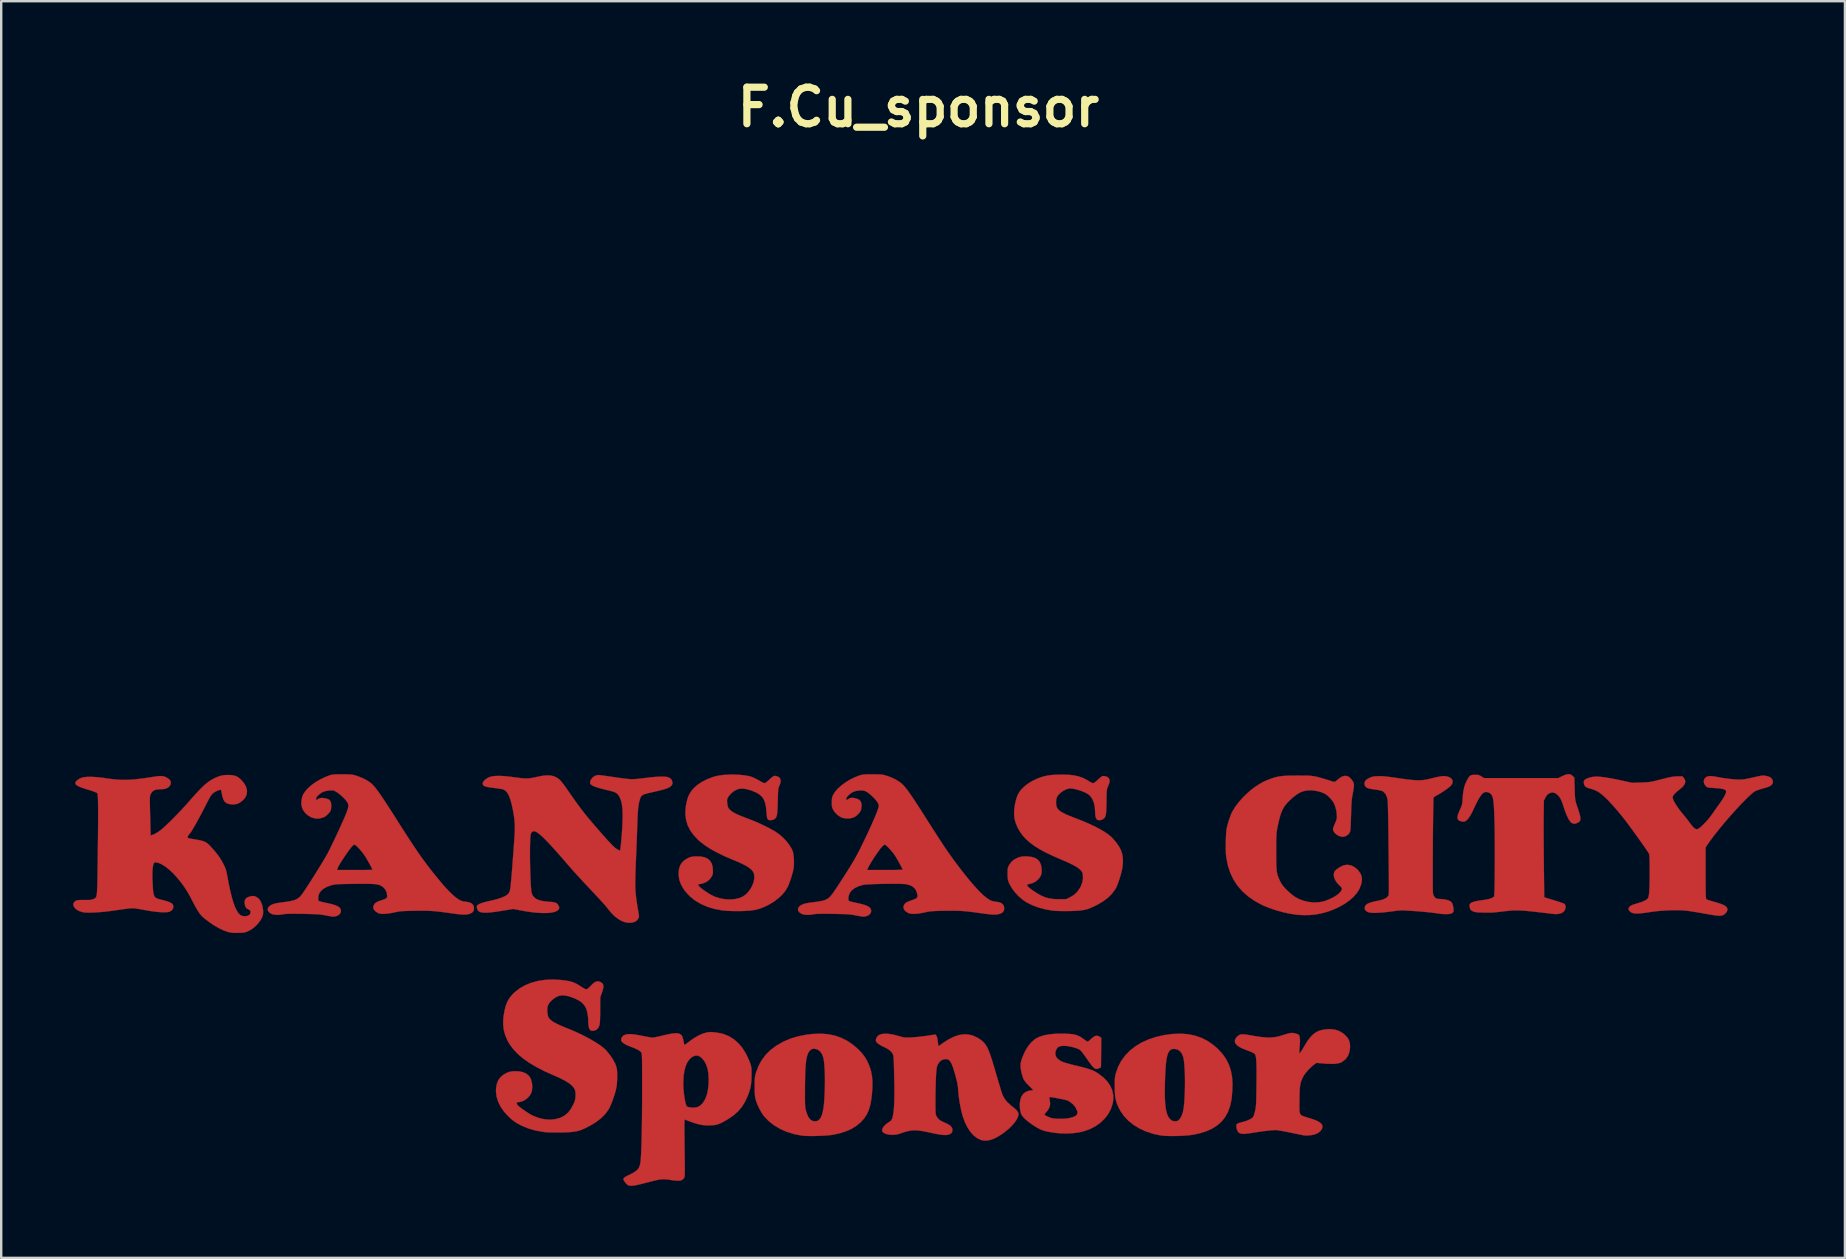
<source format=kicad_pcb>
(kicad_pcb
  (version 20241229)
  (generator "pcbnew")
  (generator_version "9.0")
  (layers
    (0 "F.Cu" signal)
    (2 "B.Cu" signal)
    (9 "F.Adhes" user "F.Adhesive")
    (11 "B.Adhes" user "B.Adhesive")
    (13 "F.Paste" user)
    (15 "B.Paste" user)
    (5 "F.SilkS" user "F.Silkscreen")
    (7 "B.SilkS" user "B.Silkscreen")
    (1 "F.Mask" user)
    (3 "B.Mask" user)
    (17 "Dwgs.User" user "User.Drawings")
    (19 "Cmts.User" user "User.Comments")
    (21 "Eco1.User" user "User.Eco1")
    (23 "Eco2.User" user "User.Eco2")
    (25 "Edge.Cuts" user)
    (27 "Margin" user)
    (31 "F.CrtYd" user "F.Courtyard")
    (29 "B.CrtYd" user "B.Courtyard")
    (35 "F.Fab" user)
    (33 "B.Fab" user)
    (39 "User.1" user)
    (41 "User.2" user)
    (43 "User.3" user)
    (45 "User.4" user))
  (footprint "F.Cu_sponsor"
    (layer "F.Cu")
    (at 35.227 1.418)
    (property "Reference" "F.Cu_sponsor" (at 0 0 0) (layer "F.SilkS") (effects (font (size 1.524 1.524) (thickness 0.3))))
    (attr through_hole)
    (fp_poly (pts (xy 11.223 38.633) (xy 11.519 38.692) (xy 11.797 38.788) (xy 12.06 38.922) (xy 12.307 39.096) (xy 12.475 39.243) (xy 12.665 39.447) (xy 12.818 39.663) (xy 12.937 39.894) (xy 13.021 40.143) (xy 13.072 40.414) (xy 13.091 40.709) (xy 13.081 40.999) (xy 13.072 41.112) (xy 13.063 41.216) (xy 13.055 41.3) (xy 13.048 41.355) (xy 13.048 41.36) (xy 12.99 41.629) (xy 12.903 41.87) (xy 12.787 42.083) (xy 12.64 42.269) (xy 12.461 42.429) (xy 12.25 42.565) (xy 12.005 42.676) (xy 11.725 42.765) (xy 11.457 42.823) (xy 11.319 42.842) (xy 11.153 42.858) (xy 10.969 42.869) (xy 10.776 42.876) (xy 10.583 42.878) (xy 10.402 42.876) (xy 10.241 42.868) (xy 10.11 42.855) (xy 10.086 42.851) (xy 9.777 42.785) (xy 9.486 42.689) (xy 9.218 42.567) (xy 8.974 42.419) (xy 8.759 42.248) (xy 8.576 42.057) (xy 8.434 41.854) (xy 8.349 41.701) (xy 8.284 41.558) (xy 8.238 41.416) (xy 8.207 41.265) (xy 8.189 41.095) (xy 8.184 40.977) (xy 10.268 40.977) (xy 10.27 41.228) (xy 10.279 41.445) (xy 10.296 41.631) (xy 10.319 41.788) (xy 10.351 41.92) (xy 10.39 42.028) (xy 10.415 42.08) (xy 10.488 42.177) (xy 10.575 42.24) (xy 10.671 42.268) (xy 10.771 42.257) (xy 10.816 42.238) (xy 10.882 42.183) (xy 10.943 42.09) (xy 10.996 41.964) (xy 11.027 41.862) (xy 11.049 41.747) (xy 11.068 41.599) (xy 11.084 41.424) (xy 11.096 41.227) (xy 11.104 41.017) (xy 11.109 40.798) (xy 11.11 40.577) (xy 11.107 40.362) (xy 11.1 40.157) (xy 11.089 39.97) (xy 11.075 39.807) (xy 11.057 39.674) (xy 11.038 39.591) (xy 10.983 39.45) (xy 10.907 39.347) (xy 10.811 39.28) (xy 10.693 39.249) (xy 10.685 39.248) (xy 10.605 39.249) (xy 10.537 39.269) (xy 10.479 39.31) (xy 10.43 39.375) (xy 10.39 39.466) (xy 10.357 39.586) (xy 10.331 39.739) (xy 10.31 39.926) (xy 10.294 40.15) (xy 10.284 40.363) (xy 10.273 40.689) (xy 10.268 40.977) (xy 8.184 40.977) (xy 8.182 40.896) (xy 8.181 40.82) (xy 8.182 40.675) (xy 8.185 40.563) (xy 8.19 40.475) (xy 8.198 40.402) (xy 8.211 40.334) (xy 8.229 40.263) (xy 8.229 40.262) (xy 8.324 39.995) (xy 8.454 39.747) (xy 8.619 39.521) (xy 8.817 39.317) (xy 9.047 39.137) (xy 9.307 38.981) (xy 9.596 38.85) (xy 9.912 38.747) (xy 10.254 38.67) (xy 10.573 38.627) (xy 10.908 38.612) (xy 11.223 38.633)) (stroke (width 0.01) (type solid)) (fill yes) (layer "F.Cu"))
    (fp_poly (pts (xy -3.785 38.633) (xy -3.489 38.691) (xy -3.21 38.788) (xy -2.948 38.922) (xy -2.7 39.095) (xy -2.532 39.243) (xy -2.4 39.375) (xy -2.296 39.499) (xy -2.207 39.627) (xy -2.126 39.772) (xy -2.118 39.788) (xy -2.035 39.979) (xy -1.973 40.18) (xy -1.934 40.395) (xy -1.916 40.63) (xy -1.919 40.89) (xy -1.942 41.18) (xy -1.96 41.331) (xy -2.003 41.575) (xy -2.065 41.787) (xy -2.15 41.974) (xy -2.26 42.142) (xy -2.393 42.291) (xy -2.57 42.443) (xy -2.773 42.571) (xy -3.006 42.677) (xy -3.27 42.762) (xy -3.535 42.821) (xy -3.65 42.838) (xy -3.796 42.852) (xy -3.964 42.863) (xy -4.143 42.872) (xy -4.325 42.877) (xy -4.5 42.878) (xy -4.658 42.875) (xy -4.79 42.868) (xy -4.858 42.861) (xy -5.175 42.8) (xy -5.475 42.708) (xy -5.753 42.587) (xy -6.006 42.438) (xy -6.231 42.264) (xy -6.423 42.066) (xy -6.427 42.062) (xy -6.515 41.94) (xy -6.602 41.79) (xy -6.683 41.628) (xy -6.748 41.467) (xy -6.787 41.339) (xy -6.8 41.277) (xy -4.728 41.277) (xy -4.728 41.407) (xy -4.726 41.51) (xy -4.723 41.591) (xy -4.718 41.655) (xy -4.712 41.708) (xy -4.704 41.753) (xy -4.693 41.797) (xy -4.683 41.833) (xy -4.654 41.925) (xy -4.621 42.014) (xy -4.591 42.081) (xy -4.588 42.086) (xy -4.517 42.18) (xy -4.43 42.242) (xy -4.333 42.268) (xy -4.233 42.256) (xy -4.191 42.238) (xy -4.122 42.184) (xy -4.063 42.099) (xy -4.015 41.979) (xy -3.976 41.824) (xy -3.945 41.632) (xy -3.923 41.401) (xy -3.917 41.304) (xy -3.905 41.04) (xy -3.898 40.781) (xy -3.896 40.533) (xy -3.9 40.3) (xy -3.908 40.087) (xy -3.921 39.9) (xy -3.938 39.744) (xy -3.96 39.623) (xy -3.968 39.591) (xy -4.024 39.452) (xy -4.101 39.347) (xy -4.195 39.277) (xy -4.306 39.245) (xy -4.344 39.243) (xy -4.415 39.247) (xy -4.465 39.266) (xy -4.514 39.308) (xy -4.519 39.313) (xy -4.562 39.365) (xy -4.599 39.431) (xy -4.631 39.513) (xy -4.657 39.615) (xy -4.679 39.739) (xy -4.696 39.89) (xy -4.709 40.069) (xy -4.718 40.281) (xy -4.724 40.527) (xy -4.727 40.812) (xy -4.728 40.915) (xy -4.728 41.115) (xy -4.728 41.277) (xy -6.8 41.277) (xy -6.803 41.266) (xy -6.813 41.189) (xy -6.82 41.097) (xy -6.824 40.983) (xy -6.825 40.837) (xy -6.825 40.799) (xy -6.824 40.659) (xy -6.821 40.552) (xy -6.817 40.469) (xy -6.809 40.401) (xy -6.796 40.339) (xy -6.779 40.274) (xy -6.766 40.23) (xy -6.664 39.959) (xy -6.53 39.714) (xy -6.364 39.493) (xy -6.164 39.295) (xy -5.927 39.117) (xy -5.654 38.959) (xy -5.635 38.949) (xy -5.344 38.823) (xy -5.026 38.727) (xy -4.679 38.658) (xy -4.434 38.627) (xy -4.099 38.612) (xy -3.785 38.633)) (stroke (width 0.01) (type solid)) (fill yes) (layer "F.Cu"))
    (fp_poly (pts (xy 22.011 27.888) (xy 22.121 27.921) (xy 22.203 27.972) (xy 22.252 28.037) (xy 22.268 28.113) (xy 22.246 28.197) (xy 22.201 28.264) (xy 22.147 28.319) (xy 22.062 28.387) (xy 21.955 28.464) (xy 21.833 28.545) (xy 21.704 28.625) (xy 21.627 28.668) (xy 21.557 28.709) (xy 21.503 28.744) (xy 21.473 28.766) (xy 21.472 28.769) (xy 21.468 28.795) (xy 21.465 28.859) (xy 21.462 28.959) (xy 21.459 29.09) (xy 21.456 29.249) (xy 21.453 29.432) (xy 21.45 29.636) (xy 21.448 29.857) (xy 21.445 30.092) (xy 21.443 30.336) (xy 21.441 30.587) (xy 21.44 30.84) (xy 21.438 31.093) (xy 21.437 31.341) (xy 21.437 31.58) (xy 21.436 31.808) (xy 21.436 32.021) (xy 21.436 32.214) (xy 21.437 32.385) (xy 21.438 32.53) (xy 21.44 32.645) (xy 21.442 32.726) (xy 21.445 32.771) (xy 21.446 32.775) (xy 21.476 32.863) (xy 21.519 32.931) (xy 21.524 32.936) (xy 21.553 32.962) (xy 21.586 32.979) (xy 21.631 32.99) (xy 21.7 32.998) (xy 21.799 33.005) (xy 21.96 33.022) (xy 22.083 33.053) (xy 22.173 33.097) (xy 22.234 33.158) (xy 22.236 33.161) (xy 22.258 33.21) (xy 22.28 33.284) (xy 22.294 33.351) (xy 22.305 33.455) (xy 22.296 33.527) (xy 22.265 33.575) (xy 22.208 33.605) (xy 22.189 33.611) (xy 22.109 33.625) (xy 22.002 33.63) (xy 21.882 33.628) (xy 21.765 33.619) (xy 21.706 33.61) (xy 21.561 33.588) (xy 21.381 33.566) (xy 21.174 33.544) (xy 20.948 33.523) (xy 20.71 33.505) (xy 20.578 33.496) (xy 20.424 33.486) (xy 20.304 33.48) (xy 20.206 33.476) (xy 20.121 33.476) (xy 20.041 33.48) (xy 19.954 33.488) (xy 19.852 33.5) (xy 19.725 33.517) (xy 19.7 33.52) (xy 19.439 33.552) (xy 19.215 33.571) (xy 19.028 33.579) (xy 18.88 33.574) (xy 18.772 33.556) (xy 18.722 33.539) (xy 18.641 33.483) (xy 18.602 33.418) (xy 18.603 33.341) (xy 18.614 33.308) (xy 18.652 33.249) (xy 18.718 33.199) (xy 18.814 33.156) (xy 18.944 33.117) (xy 19.103 33.083) (xy 19.259 33.05) (xy 19.379 33.014) (xy 19.469 32.972) (xy 19.535 32.922) (xy 19.567 32.886) (xy 19.575 32.877) (xy 19.582 32.87) (xy 19.588 32.862) (xy 19.593 32.852) (xy 19.598 32.837) (xy 19.601 32.813) (xy 19.604 32.78) (xy 19.607 32.733) (xy 19.608 32.672) (xy 19.609 32.593) (xy 19.609 32.493) (xy 19.609 32.371) (xy 19.608 32.223) (xy 19.607 32.048) (xy 19.605 31.843) (xy 19.603 31.604) (xy 19.6 31.331) (xy 19.597 31.02) (xy 19.594 30.723) (xy 19.591 30.438) (xy 19.588 30.166) (xy 19.584 29.911) (xy 19.58 29.677) (xy 19.576 29.466) (xy 19.572 29.281) (xy 19.568 29.126) (xy 19.563 29.003) (xy 19.559 28.917) (xy 19.556 28.869) (xy 19.555 28.868) (xy 19.519 28.727) (xy 19.46 28.613) (xy 19.381 28.53) (xy 19.333 28.501) (xy 19.277 28.482) (xy 19.191 28.463) (xy 19.088 28.445) (xy 19.013 28.435) (xy 18.868 28.414) (xy 18.76 28.39) (xy 18.684 28.359) (xy 18.634 28.318) (xy 18.604 28.265) (xy 18.593 28.225) (xy 18.593 28.145) (xy 18.626 28.074) (xy 18.696 28.011) (xy 18.787 27.959) (xy 18.856 27.927) (xy 18.915 27.906) (xy 18.979 27.893) (xy 19.061 27.886) (xy 19.152 27.882) (xy 19.229 27.88) (xy 19.307 27.881) (xy 19.394 27.887) (xy 19.495 27.896) (xy 19.618 27.911) (xy 19.768 27.931) (xy 19.953 27.957) (xy 19.992 27.963) (xy 20.221 27.996) (xy 20.414 28.021) (xy 20.578 28.039) (xy 20.719 28.05) (xy 20.843 28.054) (xy 20.956 28.05) (xy 21.065 28.039) (xy 21.175 28.021) (xy 21.293 27.996) (xy 21.419 27.965) (xy 21.543 27.935) (xy 21.662 27.909) (xy 21.765 27.89) (xy 21.843 27.879) (xy 21.874 27.877) (xy 22.011 27.888)) (stroke (width 0.01) (type solid)) (fill yes) (layer "F.Cu"))
    (fp_poly (pts (xy 6.104 38.613) (xy 6.279 38.621) (xy 6.42 38.635) (xy 6.537 38.657) (xy 6.639 38.69) (xy 6.734 38.737) (xy 6.832 38.799) (xy 6.877 38.832) (xy 6.948 38.882) (xy 7.007 38.922) (xy 7.046 38.944) (xy 7.055 38.947) (xy 7.079 38.933) (xy 7.125 38.897) (xy 7.183 38.845) (xy 7.197 38.832) (xy 7.291 38.752) (xy 7.372 38.708) (xy 7.446 38.698) (xy 7.52 38.72) (xy 7.545 38.735) (xy 7.621 38.781) (xy 7.609 40.011) (xy 7.53 40.053) (xy 7.476 40.076) (xy 7.426 40.084) (xy 7.377 40.074) (xy 7.325 40.043) (xy 7.267 39.988) (xy 7.198 39.905) (xy 7.114 39.793) (xy 7.014 39.648) (xy 7.003 39.632) (xy 6.932 39.531) (xy 6.864 39.439) (xy 6.805 39.364) (xy 6.76 39.312) (xy 6.743 39.296) (xy 6.669 39.254) (xy 6.565 39.213) (xy 6.441 39.176) (xy 6.31 39.146) (xy 6.183 39.126) (xy 6.138 39.123) (xy 5.997 39.121) (xy 5.889 39.141) (xy 5.81 39.183) (xy 5.755 39.252) (xy 5.718 39.35) (xy 5.712 39.372) (xy 5.707 39.483) (xy 5.742 39.583) (xy 5.819 39.674) (xy 5.936 39.754) (xy 5.994 39.782) (xy 6.051 39.804) (xy 6.141 39.832) (xy 6.256 39.865) (xy 6.387 39.9) (xy 6.526 39.935) (xy 6.555 39.941) (xy 6.754 39.989) (xy 6.918 40.032) (xy 7.053 40.07) (xy 7.165 40.106) (xy 7.26 40.144) (xy 7.344 40.184) (xy 7.425 40.229) (xy 7.506 40.282) (xy 7.514 40.287) (xy 7.714 40.442) (xy 7.876 40.609) (xy 7.997 40.788) (xy 8.079 40.976) (xy 8.12 41.174) (xy 8.12 41.379) (xy 8.095 41.529) (xy 8.021 41.754) (xy 7.909 41.964) (xy 7.762 42.155) (xy 7.583 42.325) (xy 7.375 42.472) (xy 7.14 42.593) (xy 6.894 42.68) (xy 6.68 42.729) (xy 6.44 42.76) (xy 6.184 42.774) (xy 5.926 42.768) (xy 5.694 42.746) (xy 5.517 42.719) (xy 5.373 42.693) (xy 5.253 42.663) (xy 5.148 42.628) (xy 5.049 42.584) (xy 4.946 42.529) (xy 4.905 42.506) (xy 4.755 42.411) (xy 4.615 42.31) (xy 4.492 42.209) (xy 4.392 42.114) (xy 4.322 42.03) (xy 4.308 42.008) (xy 4.296 41.981) (xy 5.249 41.981) (xy 5.268 42.003) (xy 5.315 42.033) (xy 5.381 42.067) (xy 5.456 42.099) (xy 5.528 42.125) (xy 5.566 42.135) (xy 5.676 42.151) (xy 5.812 42.16) (xy 5.96 42.161) (xy 6.106 42.155) (xy 6.234 42.142) (xy 6.286 42.132) (xy 6.429 42.095) (xy 6.532 42.052) (xy 6.598 41.999) (xy 6.629 41.936) (xy 6.627 41.86) (xy 6.616 41.824) (xy 6.543 41.676) (xy 6.434 41.547) (xy 6.291 41.439) (xy 6.229 41.405) (xy 6.185 41.389) (xy 6.108 41.369) (xy 6.009 41.346) (xy 5.895 41.323) (xy 5.778 41.3) (xy 5.665 41.28) (xy 5.567 41.264) (xy 5.493 41.255) (xy 5.465 41.254) (xy 5.459 41.273) (xy 5.462 41.323) (xy 5.475 41.395) (xy 5.49 41.535) (xy 5.471 41.658) (xy 5.414 41.774) (xy 5.345 41.863) (xy 5.297 41.918) (xy 5.262 41.961) (xy 5.249 41.981) (xy 4.296 41.981) (xy 4.27 41.924) (xy 4.244 41.817) (xy 4.233 41.737) (xy 4.224 41.544) (xy 4.245 41.377) (xy 4.293 41.236) (xy 4.368 41.124) (xy 4.468 41.043) (xy 4.592 40.995) (xy 4.668 40.983) (xy 4.732 40.976) (xy 4.774 40.969) (xy 4.784 40.964) (xy 4.769 40.946) (xy 4.731 40.905) (xy 4.674 40.847) (xy 4.607 40.781) (xy 4.509 40.682) (xy 4.438 40.596) (xy 4.387 40.514) (xy 4.348 40.421) (xy 4.314 40.307) (xy 4.3 40.246) (xy 4.269 40.097) (xy 4.256 39.973) (xy 4.261 39.86) (xy 4.285 39.745) (xy 4.328 39.614) (xy 4.33 39.607) (xy 4.439 39.358) (xy 4.565 39.146) (xy 4.708 38.971) (xy 4.869 38.835) (xy 4.894 38.818) (xy 5.046 38.741) (xy 5.234 38.682) (xy 5.458 38.64) (xy 5.716 38.616) (xy 6.006 38.611) (xy 6.104 38.613)) (stroke (width 0.01) (type solid)) (fill yes) (layer "F.Cu"))
    (fp_poly (pts (xy 17.368 38.446) (xy 17.54 38.503) (xy 17.695 38.596) (xy 17.799 38.687) (xy 17.889 38.79) (xy 17.948 38.892) (xy 17.98 39.005) (xy 17.99 39.14) (xy 17.988 39.211) (xy 17.96 39.39) (xy 17.898 39.545) (xy 17.803 39.675) (xy 17.674 39.779) (xy 17.615 39.812) (xy 17.512 39.848) (xy 17.369 39.868) (xy 17.188 39.872) (xy 16.967 39.862) (xy 16.903 39.857) (xy 16.594 39.83) (xy 16.515 39.883) (xy 16.43 39.948) (xy 16.335 40.035) (xy 16.239 40.134) (xy 16.152 40.234) (xy 16.083 40.325) (xy 16.052 40.376) (xy 16.005 40.468) (xy 15.968 40.55) (xy 15.94 40.631) (xy 15.919 40.716) (xy 15.903 40.813) (xy 15.893 40.928) (xy 15.887 41.068) (xy 15.882 41.241) (xy 15.881 41.339) (xy 15.879 41.506) (xy 15.878 41.637) (xy 15.878 41.736) (xy 15.881 41.81) (xy 15.885 41.863) (xy 15.892 41.902) (xy 15.902 41.931) (xy 15.911 41.951) (xy 15.923 41.975) (xy 15.936 41.994) (xy 15.954 42.01) (xy 15.983 42.027) (xy 16.028 42.046) (xy 16.094 42.069) (xy 16.186 42.099) (xy 16.309 42.138) (xy 16.425 42.174) (xy 16.571 42.227) (xy 16.689 42.287) (xy 16.776 42.349) (xy 16.825 42.412) (xy 16.827 42.418) (xy 16.841 42.501) (xy 16.816 42.587) (xy 16.758 42.668) (xy 16.67 42.741) (xy 16.556 42.799) (xy 16.455 42.827) (xy 16.331 42.847) (xy 16.202 42.856) (xy 16.086 42.853) (xy 16.055 42.849) (xy 16.017 42.841) (xy 15.944 42.827) (xy 15.842 42.806) (xy 15.72 42.781) (xy 15.583 42.752) (xy 15.498 42.734) (xy 15.351 42.704) (xy 15.211 42.678) (xy 15.085 42.656) (xy 14.982 42.64) (xy 14.908 42.631) (xy 14.883 42.63) (xy 14.789 42.634) (xy 14.658 42.645) (xy 14.497 42.663) (xy 14.312 42.687) (xy 14.108 42.716) (xy 13.906 42.748) (xy 13.745 42.772) (xy 13.619 42.786) (xy 13.521 42.788) (xy 13.447 42.78) (xy 13.39 42.76) (xy 13.351 42.736) (xy 13.305 42.678) (xy 13.27 42.592) (xy 13.252 42.493) (xy 13.25 42.456) (xy 13.253 42.417) (xy 13.267 42.387) (xy 13.297 42.363) (xy 13.35 42.34) (xy 13.433 42.315) (xy 13.531 42.29) (xy 13.67 42.247) (xy 13.792 42.196) (xy 13.889 42.141) (xy 13.943 42.095) (xy 13.964 42.058) (xy 13.989 41.989) (xy 14.014 41.902) (xy 14.03 41.839) (xy 14.042 41.784) (xy 14.052 41.732) (xy 14.061 41.678) (xy 14.067 41.617) (xy 14.073 41.544) (xy 14.077 41.455) (xy 14.081 41.345) (xy 14.084 41.209) (xy 14.086 41.042) (xy 14.089 40.841) (xy 14.091 40.724) (xy 14.093 40.462) (xy 14.094 40.24) (xy 14.093 40.053) (xy 14.09 39.899) (xy 14.085 39.773) (xy 14.077 39.672) (xy 14.067 39.594) (xy 14.054 39.534) (xy 14.038 39.489) (xy 14.024 39.464) (xy 13.991 39.436) (xy 13.931 39.401) (xy 13.854 39.366) (xy 13.84 39.361) (xy 13.74 39.322) (xy 13.632 39.281) (xy 13.547 39.248) (xy 13.399 39.179) (xy 13.289 39.105) (xy 13.218 39.025) (xy 13.188 38.942) (xy 13.198 38.857) (xy 13.249 38.772) (xy 13.292 38.728) (xy 13.344 38.685) (xy 13.396 38.657) (xy 13.456 38.641) (xy 13.531 38.638) (xy 13.628 38.646) (xy 13.754 38.666) (xy 13.84 38.681) (xy 14.089 38.724) (xy 14.303 38.754) (xy 14.49 38.771) (xy 14.655 38.775) (xy 14.803 38.765) (xy 14.942 38.743) (xy 15.076 38.709) (xy 15.092 38.704) (xy 15.237 38.658) (xy 15.35 38.624) (xy 15.436 38.601) (xy 15.502 38.588) (xy 15.556 38.582) (xy 15.604 38.584) (xy 15.653 38.591) (xy 15.683 38.597) (xy 15.758 38.616) (xy 15.818 38.639) (xy 15.847 38.656) (xy 15.88 38.709) (xy 15.898 38.794) (xy 15.903 38.912) (xy 15.895 39.058) (xy 15.887 39.16) (xy 15.881 39.256) (xy 15.877 39.331) (xy 15.877 39.359) (xy 15.876 39.444) (xy 15.923 39.388) (xy 15.952 39.348) (xy 15.995 39.281) (xy 16.048 39.195) (xy 16.104 39.1) (xy 16.107 39.095) (xy 16.224 38.906) (xy 16.339 38.755) (xy 16.455 38.637) (xy 16.578 38.55) (xy 16.713 38.488) (xy 16.866 38.448) (xy 16.96 38.434) (xy 17.176 38.423) (xy 17.368 38.446)) (stroke (width 0.01) (type solid)) (fill yes) (layer "F.Cu"))
    (fp_poly (pts (xy 27.151 27.801) (xy 27.224 27.835) (xy 27.271 27.875) (xy 27.337 27.941) (xy 27.35 28.39) (xy 27.355 28.545) (xy 27.36 28.667) (xy 27.365 28.762) (xy 27.374 28.84) (xy 27.385 28.909) (xy 27.402 28.977) (xy 27.425 29.052) (xy 27.455 29.142) (xy 27.474 29.199) (xy 27.528 29.363) (xy 27.566 29.492) (xy 27.587 29.592) (xy 27.591 29.669) (xy 27.58 29.726) (xy 27.552 29.77) (xy 27.507 29.805) (xy 27.476 29.823) (xy 27.376 29.86) (xy 27.29 29.859) (xy 27.212 29.82) (xy 27.2 29.811) (xy 27.148 29.75) (xy 27.089 29.653) (xy 27.028 29.527) (xy 26.966 29.377) (xy 26.907 29.208) (xy 26.891 29.157) (xy 26.842 29.006) (xy 26.795 28.888) (xy 26.748 28.796) (xy 26.695 28.721) (xy 26.633 28.657) (xy 26.628 28.652) (xy 26.534 28.585) (xy 26.442 28.559) (xy 26.346 28.574) (xy 26.29 28.598) (xy 26.227 28.639) (xy 26.179 28.692) (xy 26.133 28.77) (xy 26.131 28.775) (xy 26.067 28.9) (xy 26.059 29.558) (xy 26.058 29.701) (xy 26.058 29.881) (xy 26.058 30.091) (xy 26.058 30.324) (xy 26.059 30.575) (xy 26.061 30.836) (xy 26.063 31.103) (xy 26.065 31.368) (xy 26.067 31.572) (xy 26.082 32.928) (xy 26.487 33.052) (xy 26.613 33.091) (xy 26.727 33.128) (xy 26.821 33.161) (xy 26.89 33.187) (xy 26.925 33.203) (xy 26.927 33.205) (xy 26.965 33.263) (xy 26.975 33.339) (xy 26.958 33.422) (xy 26.916 33.501) (xy 26.886 33.534) (xy 26.806 33.585) (xy 26.714 33.612) (xy 26.652 33.623) (xy 26.601 33.629) (xy 26.55 33.629) (xy 26.484 33.624) (xy 26.391 33.614) (xy 26.374 33.612) (xy 26.094 33.578) (xy 25.851 33.55) (xy 25.642 33.526) (xy 25.462 33.507) (xy 25.306 33.493) (xy 25.171 33.482) (xy 25.051 33.476) (xy 24.943 33.474) (xy 24.842 33.475) (xy 24.744 33.479) (xy 24.645 33.487) (xy 24.539 33.498) (xy 24.424 33.511) (xy 24.375 33.517) (xy 24.2 33.538) (xy 24.055 33.553) (xy 23.93 33.563) (xy 23.812 33.568) (xy 23.691 33.568) (xy 23.56 33.566) (xy 23.424 33.562) (xy 23.322 33.557) (xy 23.246 33.55) (xy 23.189 33.54) (xy 23.143 33.526) (xy 23.11 33.513) (xy 23.047 33.479) (xy 23.011 33.443) (xy 22.989 33.39) (xy 22.989 33.387) (xy 22.971 33.311) (xy 22.969 33.259) (xy 22.984 33.216) (xy 22.998 33.196) (xy 23.043 33.156) (xy 23.121 33.122) (xy 23.236 33.091) (xy 23.389 33.064) (xy 23.471 33.052) (xy 23.613 33.032) (xy 23.72 33.013) (xy 23.802 32.994) (xy 23.866 32.972) (xy 23.92 32.945) (xy 23.931 32.938) (xy 23.996 32.898) (xy 24.01 32.625) (xy 24.013 32.555) (xy 24.015 32.447) (xy 24.017 32.306) (xy 24.019 32.136) (xy 24.021 31.943) (xy 24.022 31.73) (xy 24.023 31.503) (xy 24.024 31.266) (xy 24.024 31.032) (xy 24.023 30.618) (xy 24.02 30.246) (xy 24.015 29.915) (xy 24.007 29.624) (xy 23.998 29.373) (xy 23.986 29.162) (xy 23.972 28.99) (xy 23.956 28.857) (xy 23.937 28.761) (xy 23.936 28.757) (xy 23.894 28.664) (xy 23.827 28.594) (xy 23.743 28.55) (xy 23.652 28.538) (xy 23.563 28.562) (xy 23.562 28.562) (xy 23.505 28.609) (xy 23.437 28.693) (xy 23.361 28.811) (xy 23.28 28.959) (xy 23.194 29.134) (xy 23.181 29.163) (xy 23.104 29.329) (xy 23.037 29.46) (xy 22.976 29.562) (xy 22.919 29.642) (xy 22.861 29.704) (xy 22.845 29.719) (xy 22.793 29.76) (xy 22.75 29.776) (xy 22.693 29.775) (xy 22.672 29.772) (xy 22.575 29.75) (xy 22.508 29.714) (xy 22.472 29.661) (xy 22.465 29.587) (xy 22.485 29.488) (xy 22.534 29.36) (xy 22.561 29.3) (xy 22.607 29.198) (xy 22.638 29.121) (xy 22.657 29.054) (xy 22.669 28.985) (xy 22.676 28.899) (xy 22.678 28.861) (xy 22.694 28.656) (xy 22.717 28.485) (xy 22.748 28.34) (xy 22.789 28.212) (xy 22.843 28.093) (xy 22.843 28.092) (xy 22.9 27.986) (xy 22.947 27.913) (xy 22.992 27.866) (xy 23.042 27.839) (xy 23.106 27.828) (xy 23.192 27.825) (xy 23.194 27.825) (xy 23.282 27.826) (xy 23.343 27.833) (xy 23.394 27.851) (xy 23.45 27.883) (xy 23.465 27.892) (xy 23.573 27.961) (xy 26.667 27.961) (xy 26.843 27.875) (xy 26.968 27.822) (xy 27.068 27.797) (xy 27.151 27.801)) (stroke (width 0.01) (type solid)) (fill yes) (layer "F.Cu"))
    (fp_poly (pts (xy -1.257 38.619) (xy -1.06 38.65) (xy -0.834 38.707) (xy -0.795 38.718) (xy -0.704 38.745) (xy -0.632 38.762) (xy -0.567 38.772) (xy -0.495 38.775) (xy -0.404 38.774) (xy -0.307 38.77) (xy -0.187 38.763) (xy -0.041 38.75) (xy 0.117 38.732) (xy 0.271 38.713) (xy 0.338 38.703) (xy 0.708 38.647) (xy 0.745 38.692) (xy 0.769 38.74) (xy 0.789 38.809) (xy 0.793 38.836) (xy 0.805 38.924) (xy 0.818 39.017) (xy 0.821 39.036) (xy 0.836 39.137) (xy 1.013 39.01) (xy 1.246 38.858) (xy 1.466 38.746) (xy 1.675 38.673) (xy 1.875 38.639) (xy 2.068 38.644) (xy 2.256 38.688) (xy 2.441 38.77) (xy 2.54 38.83) (xy 2.614 38.882) (xy 2.679 38.935) (xy 2.738 38.994) (xy 2.792 39.061) (xy 2.843 39.14) (xy 2.892 39.236) (xy 2.942 39.351) (xy 2.993 39.49) (xy 3.049 39.656) (xy 3.111 39.853) (xy 3.179 40.085) (xy 3.236 40.28) (xy 3.289 40.462) (xy 3.34 40.635) (xy 3.388 40.794) (xy 3.43 40.933) (xy 3.466 41.048) (xy 3.494 41.133) (xy 3.513 41.184) (xy 3.516 41.19) (xy 3.597 41.332) (xy 3.704 41.464) (xy 3.843 41.592) (xy 3.885 41.626) (xy 3.995 41.714) (xy 4.073 41.784) (xy 4.125 41.843) (xy 4.155 41.894) (xy 4.168 41.945) (xy 4.17 41.972) (xy 4.151 42.072) (xy 4.099 42.185) (xy 4.016 42.308) (xy 3.908 42.435) (xy 3.778 42.564) (xy 3.631 42.688) (xy 3.472 42.805) (xy 3.303 42.909) (xy 3.179 42.974) (xy 2.999 43.043) (xy 2.83 43.072) (xy 2.67 43.059) (xy 2.589 43.036) (xy 2.437 42.96) (xy 2.294 42.846) (xy 2.161 42.695) (xy 2.041 42.512) (xy 1.937 42.3) (xy 1.85 42.062) (xy 1.833 42.005) (xy 1.788 41.828) (xy 1.746 41.629) (xy 1.71 41.422) (xy 1.681 41.221) (xy 1.662 41.04) (xy 1.658 40.979) (xy 1.652 40.877) (xy 1.641 40.784) (xy 1.625 40.688) (xy 1.6 40.578) (xy 1.567 40.445) (xy 1.542 40.354) (xy 1.487 40.161) (xy 1.437 40.005) (xy 1.39 39.884) (xy 1.344 39.794) (xy 1.296 39.731) (xy 1.244 39.692) (xy 1.186 39.674) (xy 1.119 39.672) (xy 1.108 39.673) (xy 0.992 39.703) (xy 0.898 39.768) (xy 0.824 39.87) (xy 0.812 39.892) (xy 0.791 39.939) (xy 0.775 39.984) (xy 0.763 40.037) (xy 0.753 40.104) (xy 0.745 40.194) (xy 0.737 40.314) (xy 0.733 40.383) (xy 0.727 40.51) (xy 0.721 40.667) (xy 0.717 40.846) (xy 0.713 41.035) (xy 0.711 41.223) (xy 0.71 41.36) (xy 0.71 41.536) (xy 0.71 41.675) (xy 0.712 41.782) (xy 0.714 41.863) (xy 0.718 41.923) (xy 0.724 41.968) (xy 0.733 42.002) (xy 0.744 42.032) (xy 0.757 42.061) (xy 0.804 42.135) (xy 0.868 42.198) (xy 0.957 42.257) (xy 1.079 42.315) (xy 1.122 42.333) (xy 1.253 42.396) (xy 1.345 42.462) (xy 1.399 42.532) (xy 1.418 42.608) (xy 1.418 42.614) (xy 1.41 42.698) (xy 1.379 42.754) (xy 1.317 42.795) (xy 1.28 42.811) (xy 1.22 42.828) (xy 1.149 42.837) (xy 1.064 42.837) (xy 0.957 42.826) (xy 0.826 42.806) (xy 0.663 42.775) (xy 0.466 42.732) (xy 0.26 42.689) (xy 0.086 42.659) (xy -0.065 42.643) (xy -0.2 42.64) (xy -0.33 42.652) (xy -0.462 42.679) (xy -0.604 42.72) (xy -0.765 42.777) (xy -0.773 42.78) (xy -0.892 42.813) (xy -1.019 42.828) (xy -1.148 42.828) (xy -1.269 42.813) (xy -1.374 42.784) (xy -1.455 42.742) (xy -1.504 42.689) (xy -1.506 42.685) (xy -1.514 42.619) (xy -1.486 42.542) (xy -1.427 42.46) (xy -1.341 42.378) (xy -1.231 42.301) (xy -1.21 42.288) (xy -1.145 42.241) (xy -1.106 42.182) (xy -1.091 42.143) (xy -1.065 42.049) (xy -1.044 41.936) (xy -1.027 41.802) (xy -1.015 41.642) (xy -1.006 41.454) (xy -1.001 41.236) (xy -1 40.985) (xy -1.003 40.698) (xy -1.009 40.372) (xy -1.011 40.31) (xy -1.016 40.107) (xy -1.02 39.942) (xy -1.025 39.81) (xy -1.029 39.707) (xy -1.034 39.628) (xy -1.039 39.569) (xy -1.046 39.526) (xy -1.054 39.494) (xy -1.064 39.468) (xy -1.076 39.445) (xy -1.079 39.439) (xy -1.13 39.368) (xy -1.202 39.302) (xy -1.302 39.237) (xy -1.436 39.167) (xy -1.475 39.149) (xy -1.562 39.104) (xy -1.644 39.054) (xy -1.704 39.01) (xy -1.715 38.999) (xy -1.757 38.95) (xy -1.773 38.911) (xy -1.771 38.86) (xy -1.768 38.848) (xy -1.731 38.751) (xy -1.661 38.68) (xy -1.558 38.635) (xy -1.423 38.614) (xy -1.257 38.619)) (stroke (width 0.01) (type solid)) (fill yes) (layer "F.Cu"))
    (fp_poly (pts (xy 15.982 27.856) (xy 16.119 27.856) (xy 16.235 27.859) (xy 16.338 27.865) (xy 16.433 27.876) (xy 16.528 27.891) (xy 16.629 27.913) (xy 16.741 27.943) (xy 16.872 27.981) (xy 17.028 28.029) (xy 17.215 28.088) (xy 17.307 28.118) (xy 17.341 28.119) (xy 17.383 28.099) (xy 17.442 28.054) (xy 17.461 28.037) (xy 17.563 27.953) (xy 17.651 27.901) (xy 17.734 27.874) (xy 17.794 27.868) (xy 17.874 27.878) (xy 17.947 27.915) (xy 18.022 27.984) (xy 18.07 28.043) (xy 18.111 28.103) (xy 18.138 28.161) (xy 18.152 28.226) (xy 18.152 28.305) (xy 18.139 28.407) (xy 18.115 28.54) (xy 18.108 28.573) (xy 18.091 28.664) (xy 18.077 28.747) (xy 18.065 28.831) (xy 18.056 28.921) (xy 18.049 29.026) (xy 18.043 29.153) (xy 18.037 29.308) (xy 18.032 29.475) (xy 18.027 29.635) (xy 18.022 29.785) (xy 18.016 29.918) (xy 18.011 30.027) (xy 18.006 30.108) (xy 18.002 30.154) (xy 18.002 30.158) (xy 17.966 30.247) (xy 17.899 30.323) (xy 17.811 30.379) (xy 17.713 30.408) (xy 17.625 30.405) (xy 17.508 30.364) (xy 17.407 30.301) (xy 17.33 30.221) (xy 17.285 30.131) (xy 17.283 30.121) (xy 17.28 30.079) (xy 17.292 30.024) (xy 17.32 29.949) (xy 17.355 29.87) (xy 17.397 29.774) (xy 17.423 29.701) (xy 17.436 29.636) (xy 17.441 29.564) (xy 17.441 29.535) (xy 17.422 29.33) (xy 17.365 29.122) (xy 17.325 29.024) (xy 17.265 28.923) (xy 17.179 28.816) (xy 17.079 28.716) (xy 16.977 28.636) (xy 16.935 28.61) (xy 16.796 28.55) (xy 16.631 28.504) (xy 16.457 28.476) (xy 16.326 28.469) (xy 16.169 28.48) (xy 16.023 28.513) (xy 15.882 28.573) (xy 15.739 28.662) (xy 15.588 28.783) (xy 15.471 28.892) (xy 15.374 28.992) (xy 15.293 29.088) (xy 15.225 29.186) (xy 15.167 29.293) (xy 15.117 29.415) (xy 15.071 29.558) (xy 15.027 29.728) (xy 14.982 29.931) (xy 14.961 30.035) (xy 14.948 30.103) (xy 14.937 30.166) (xy 14.929 30.229) (xy 14.923 30.298) (xy 14.918 30.379) (xy 14.915 30.478) (xy 14.913 30.6) (xy 14.912 30.75) (xy 14.912 30.934) (xy 14.912 31.03) (xy 14.912 31.251) (xy 14.914 31.435) (xy 14.917 31.586) (xy 14.923 31.712) (xy 14.932 31.816) (xy 14.945 31.904) (xy 14.962 31.982) (xy 14.985 32.054) (xy 15.014 32.127) (xy 15.05 32.204) (xy 15.076 32.258) (xy 15.121 32.345) (xy 15.169 32.419) (xy 15.228 32.493) (xy 15.305 32.577) (xy 15.366 32.639) (xy 15.533 32.792) (xy 15.695 32.911) (xy 15.862 33.002) (xy 16.044 33.07) (xy 16.233 33.116) (xy 16.421 33.141) (xy 16.616 33.141) (xy 16.802 33.119) (xy 16.933 33.085) (xy 17.116 33.015) (xy 17.278 32.938) (xy 17.415 32.856) (xy 17.525 32.771) (xy 17.603 32.687) (xy 17.646 32.606) (xy 17.653 32.561) (xy 17.637 32.529) (xy 17.598 32.48) (xy 17.542 32.425) (xy 17.538 32.422) (xy 17.442 32.32) (xy 17.37 32.209) (xy 17.325 32.094) (xy 17.31 31.985) (xy 17.327 31.888) (xy 17.348 31.845) (xy 17.397 31.792) (xy 17.474 31.732) (xy 17.566 31.673) (xy 17.661 31.623) (xy 17.743 31.592) (xy 17.878 31.573) (xy 18.015 31.595) (xy 18.15 31.656) (xy 18.28 31.756) (xy 18.338 31.815) (xy 18.425 31.937) (xy 18.474 32.067) (xy 18.486 32.209) (xy 18.46 32.366) (xy 18.396 32.539) (xy 18.373 32.589) (xy 18.272 32.751) (xy 18.134 32.909) (xy 17.963 33.06) (xy 17.764 33.2) (xy 17.542 33.327) (xy 17.302 33.438) (xy 17.049 33.531) (xy 16.788 33.602) (xy 16.522 33.65) (xy 16.499 33.653) (xy 16.3 33.669) (xy 16.081 33.672) (xy 15.862 33.663) (xy 15.748 33.653) (xy 15.476 33.611) (xy 15.188 33.548) (xy 14.899 33.468) (xy 14.622 33.374) (xy 14.371 33.27) (xy 14.332 33.252) (xy 14.02 33.083) (xy 13.744 32.893) (xy 13.504 32.68) (xy 13.299 32.445) (xy 13.13 32.186) (xy 12.996 31.905) (xy 12.897 31.599) (xy 12.833 31.27) (xy 12.824 31.204) (xy 12.816 31.104) (xy 12.811 30.976) (xy 12.81 30.828) (xy 12.811 30.669) (xy 12.814 30.509) (xy 12.821 30.358) (xy 12.829 30.224) (xy 12.84 30.117) (xy 12.847 30.067) (xy 12.88 29.924) (xy 12.925 29.769) (xy 12.976 29.615) (xy 13.029 29.475) (xy 13.078 29.369) (xy 13.206 29.157) (xy 13.369 28.943) (xy 13.558 28.734) (xy 13.766 28.537) (xy 13.987 28.359) (xy 14.213 28.208) (xy 14.362 28.125) (xy 14.469 28.075) (xy 14.591 28.024) (xy 14.703 27.981) (xy 14.711 27.979) (xy 14.819 27.944) (xy 14.922 27.916) (xy 15.026 27.894) (xy 15.137 27.879) (xy 15.262 27.867) (xy 15.409 27.86) (xy 15.583 27.857) (xy 15.793 27.855) (xy 15.82 27.855) (xy 15.982 27.856)) (stroke (width 0.01) (type solid)) (fill yes) (layer "F.Cu"))
    (fp_poly (pts (xy -7.477 27.823) (xy -7.281 27.841) (xy -7.107 27.869) (xy -6.963 27.906) (xy -6.956 27.908) (xy -6.869 27.944) (xy -6.765 27.994) (xy -6.663 28.049) (xy -6.636 28.066) (xy -6.555 28.112) (xy -6.483 28.149) (xy -6.431 28.17) (xy -6.414 28.173) (xy -6.373 28.157) (xy -6.311 28.113) (xy -6.234 28.045) (xy -6.226 28.038) (xy -6.143 27.96) (xy -6.082 27.909) (xy -6.034 27.88) (xy -5.991 27.869) (xy -5.945 27.872) (xy -5.909 27.881) (xy -5.817 27.92) (xy -5.76 27.982) (xy -5.74 28.067) (xy -5.755 28.173) (xy -5.792 28.273) (xy -5.81 28.312) (xy -5.823 28.348) (xy -5.833 28.388) (xy -5.841 28.438) (xy -5.847 28.502) (xy -5.852 28.589) (xy -5.856 28.703) (xy -5.86 28.85) (xy -5.862 28.935) (xy -5.868 29.118) (xy -5.873 29.263) (xy -5.881 29.377) (xy -5.891 29.464) (xy -5.904 29.53) (xy -5.921 29.579) (xy -5.944 29.617) (xy -5.973 29.65) (xy -5.987 29.663) (xy -6.038 29.691) (xy -6.11 29.71) (xy -6.133 29.713) (xy -6.198 29.715) (xy -6.246 29.704) (xy -6.28 29.674) (xy -6.303 29.621) (xy -6.318 29.537) (xy -6.329 29.418) (xy -6.332 29.373) (xy -6.352 29.167) (xy -6.387 28.997) (xy -6.44 28.857) (xy -6.515 28.742) (xy -6.618 28.647) (xy -6.75 28.567) (xy -6.918 28.496) (xy -7.027 28.459) (xy -7.201 28.414) (xy -7.349 28.397) (xy -7.48 28.41) (xy -7.599 28.452) (xy -7.6 28.453) (xy -7.707 28.518) (xy -7.808 28.604) (xy -7.894 28.699) (xy -7.949 28.788) (xy -7.968 28.837) (xy -7.976 28.885) (xy -7.974 28.946) (xy -7.964 29.033) (xy -7.949 29.12) (xy -7.932 29.179) (xy -7.906 29.225) (xy -7.865 29.273) (xy -7.86 29.278) (xy -7.788 29.34) (xy -7.69 29.403) (xy -7.563 29.468) (xy -7.403 29.538) (xy -7.21 29.612) (xy -6.886 29.737) (xy -6.594 29.863) (xy -6.323 29.994) (xy -6.06 30.136) (xy -5.954 30.198) (xy -5.797 30.307) (xy -5.643 30.441) (xy -5.501 30.592) (xy -5.378 30.751) (xy -5.282 30.91) (xy -5.243 30.997) (xy -5.219 31.083) (xy -5.202 31.198) (xy -5.191 31.332) (xy -5.187 31.473) (xy -5.191 31.608) (xy -5.203 31.727) (xy -5.206 31.742) (xy -5.233 31.864) (xy -5.273 32.011) (xy -5.322 32.167) (xy -5.375 32.319) (xy -5.429 32.452) (xy -5.452 32.504) (xy -5.543 32.657) (xy -5.67 32.811) (xy -5.827 32.96) (xy -6.007 33.098) (xy -6.205 33.221) (xy -6.285 33.263) (xy -6.475 33.351) (xy -6.648 33.414) (xy -6.819 33.456) (xy -7.001 33.482) (xy -7.02 33.484) (xy -7.188 33.495) (xy -7.375 33.502) (xy -7.571 33.504) (xy -7.765 33.501) (xy -7.945 33.494) (xy -8.1 33.483) (xy -8.173 33.475) (xy -8.498 33.414) (xy -8.798 33.323) (xy -9.07 33.204) (xy -9.315 33.058) (xy -9.529 32.886) (xy -9.711 32.688) (xy -9.797 32.567) (xy -9.897 32.389) (xy -9.961 32.215) (xy -9.991 32.034) (xy -9.995 31.949) (xy -9.981 31.768) (xy -9.936 31.615) (xy -9.858 31.486) (xy -9.746 31.38) (xy -9.617 31.302) (xy -9.537 31.266) (xy -9.467 31.244) (xy -9.387 31.231) (xy -9.287 31.225) (xy -9.09 31.227) (xy -8.925 31.257) (xy -8.792 31.314) (xy -8.69 31.399) (xy -8.619 31.512) (xy -8.577 31.655) (xy -8.565 31.8) (xy -8.565 31.892) (xy -8.571 31.956) (xy -8.587 32.008) (xy -8.615 32.062) (xy -8.62 32.071) (xy -8.717 32.198) (xy -8.842 32.292) (xy -8.993 32.353) (xy -9.086 32.373) (xy -9.144 32.385) (xy -9.181 32.398) (xy -9.186 32.405) (xy -9.169 32.44) (xy -9.121 32.492) (xy -9.048 32.555) (xy -8.957 32.624) (xy -8.855 32.696) (xy -8.747 32.766) (xy -8.64 32.828) (xy -8.541 32.879) (xy -8.49 32.902) (xy -8.282 32.969) (xy -8.068 33.009) (xy -7.854 33.02) (xy -7.65 33.004) (xy -7.464 32.961) (xy -7.32 32.899) (xy -7.196 32.813) (xy -7.085 32.7) (xy -6.989 32.566) (xy -6.914 32.421) (xy -6.862 32.272) (xy -6.837 32.126) (xy -6.843 31.99) (xy -6.857 31.933) (xy -6.895 31.854) (xy -6.96 31.777) (xy -7.053 31.7) (xy -7.178 31.62) (xy -7.337 31.536) (xy -7.533 31.447) (xy -7.694 31.38) (xy -8.045 31.231) (xy -8.355 31.083) (xy -8.627 30.936) (xy -8.862 30.788) (xy -9.064 30.637) (xy -9.175 30.541) (xy -9.363 30.342) (xy -9.511 30.137) (xy -9.617 29.923) (xy -9.684 29.699) (xy -9.712 29.461) (xy -9.702 29.208) (xy -9.683 29.08) (xy -9.642 28.888) (xy -9.591 28.728) (xy -9.523 28.59) (xy -9.436 28.465) (xy -9.359 28.377) (xy -9.205 28.242) (xy -9.018 28.117) (xy -8.806 28.009) (xy -8.577 27.921) (xy -8.45 27.883) (xy -8.288 27.851) (xy -8.101 27.828) (xy -7.897 27.816) (xy -7.686 27.815) (xy -7.477 27.823)) (stroke (width 0.01) (type solid)) (fill yes) (layer "F.Cu"))
    (fp_poly (pts (xy -14.907 36.374) (xy -14.729 36.395) (xy -14.583 36.419) (xy -14.461 36.448) (xy -14.352 36.486) (xy -14.247 36.535) (xy -14.137 36.6) (xy -14.047 36.659) (xy -13.971 36.707) (xy -13.903 36.744) (xy -13.853 36.764) (xy -13.841 36.767) (xy -13.797 36.749) (xy -13.735 36.698) (xy -13.677 36.639) (xy -13.575 36.536) (xy -13.488 36.469) (xy -13.409 36.434) (xy -13.335 36.431) (xy -13.259 36.455) (xy -13.251 36.459) (xy -13.184 36.504) (xy -13.143 36.558) (xy -13.128 36.627) (xy -13.136 36.718) (xy -13.168 36.837) (xy -13.192 36.905) (xy -13.26 37.095) (xy -13.262 37.624) (xy -13.264 37.832) (xy -13.269 37.998) (xy -13.275 38.125) (xy -13.284 38.214) (xy -13.292 38.254) (xy -13.339 38.366) (xy -13.41 38.444) (xy -13.502 38.487) (xy -13.522 38.491) (xy -13.605 38.494) (xy -13.668 38.47) (xy -13.713 38.416) (xy -13.741 38.328) (xy -13.756 38.205) (xy -13.758 38.107) (xy -13.765 37.956) (xy -13.785 37.805) (xy -13.814 37.668) (xy -13.851 37.556) (xy -13.864 37.528) (xy -13.936 37.414) (xy -14.028 37.316) (xy -14.147 37.231) (xy -14.296 37.155) (xy -14.482 37.084) (xy -14.52 37.071) (xy -14.692 37.027) (xy -14.842 37.014) (xy -14.977 37.034) (xy -15.105 37.089) (xy -15.232 37.18) (xy -15.272 37.215) (xy -15.368 37.314) (xy -15.429 37.408) (xy -15.462 37.51) (xy -15.47 37.632) (xy -15.468 37.685) (xy -15.458 37.779) (xy -15.443 37.862) (xy -15.425 37.92) (xy -15.423 37.925) (xy -15.377 37.992) (xy -15.307 38.058) (xy -15.211 38.125) (xy -15.084 38.195) (xy -14.923 38.271) (xy -14.725 38.354) (xy -14.647 38.385) (xy -14.403 38.485) (xy -14.162 38.594) (xy -13.929 38.707) (xy -13.71 38.823) (xy -13.51 38.939) (xy -13.332 39.052) (xy -13.181 39.16) (xy -13.063 39.259) (xy -13.004 39.32) (xy -12.852 39.509) (xy -12.73 39.69) (xy -12.64 39.858) (xy -12.584 40.009) (xy -12.576 40.043) (xy -12.562 40.139) (xy -12.555 40.264) (xy -12.553 40.407) (xy -12.557 40.555) (xy -12.566 40.696) (xy -12.58 40.818) (xy -12.583 40.833) (xy -12.612 40.967) (xy -12.653 41.118) (xy -12.705 41.279) (xy -12.762 41.437) (xy -12.821 41.583) (xy -12.879 41.707) (xy -12.926 41.79) (xy -13.062 41.972) (xy -13.229 42.138) (xy -13.43 42.293) (xy -13.668 42.439) (xy -13.787 42.501) (xy -13.931 42.572) (xy -14.052 42.624) (xy -14.164 42.66) (xy -14.277 42.686) (xy -14.406 42.704) (xy -14.499 42.714) (xy -14.624 42.722) (xy -14.774 42.728) (xy -14.937 42.731) (xy -15.105 42.732) (xy -15.267 42.73) (xy -15.414 42.726) (xy -15.535 42.719) (xy -15.6 42.712) (xy -15.943 42.652) (xy -16.255 42.564) (xy -16.536 42.448) (xy -16.561 42.436) (xy -16.703 42.36) (xy -16.82 42.287) (xy -16.928 42.206) (xy -17.042 42.105) (xy -17.079 42.07) (xy -17.264 41.87) (xy -17.41 41.662) (xy -17.516 41.448) (xy -17.582 41.231) (xy -17.607 41.011) (xy -17.604 40.915) (xy -17.577 40.728) (xy -17.519 40.57) (xy -17.43 40.439) (xy -17.307 40.332) (xy -17.198 40.267) (xy -17.114 40.229) (xy -17.045 40.204) (xy -16.972 40.19) (xy -16.88 40.181) (xy -16.841 40.179) (xy -16.65 40.183) (xy -16.485 40.216) (xy -16.347 40.276) (xy -16.24 40.362) (xy -16.164 40.474) (xy -16.142 40.53) (xy -16.103 40.692) (xy -16.093 40.854) (xy -16.11 41.002) (xy -16.117 41.031) (xy -16.172 41.153) (xy -16.258 41.263) (xy -16.366 41.356) (xy -16.488 41.424) (xy -16.614 41.461) (xy -16.673 41.465) (xy -16.726 41.475) (xy -16.744 41.506) (xy -16.727 41.561) (xy -16.722 41.57) (xy -16.692 41.606) (xy -16.632 41.658) (xy -16.55 41.722) (xy -16.455 41.791) (xy -16.352 41.862) (xy -16.249 41.929) (xy -16.154 41.986) (xy -16.075 42.029) (xy -16.063 42.034) (xy -15.831 42.123) (xy -15.599 42.178) (xy -15.372 42.197) (xy -15.156 42.18) (xy -14.954 42.128) (xy -14.868 42.092) (xy -14.721 42.006) (xy -14.595 41.895) (xy -14.486 41.753) (xy -14.398 41.594) (xy -14.352 41.497) (xy -14.323 41.422) (xy -14.305 41.354) (xy -14.295 41.28) (xy -14.291 41.218) (xy -14.289 41.107) (xy -14.297 41.023) (xy -14.316 40.952) (xy -14.318 40.947) (xy -14.369 40.856) (xy -14.453 40.764) (xy -14.572 40.67) (xy -14.727 40.574) (xy -14.921 40.473) (xy -15.155 40.367) (xy -15.208 40.344) (xy -15.584 40.176) (xy -15.918 40.005) (xy -16.213 39.83) (xy -16.47 39.65) (xy -16.69 39.464) (xy -16.875 39.271) (xy -17.026 39.07) (xy -17.118 38.914) (xy -17.217 38.688) (xy -17.28 38.461) (xy -17.307 38.225) (xy -17.299 37.974) (xy -17.284 37.849) (xy -17.244 37.625) (xy -17.192 37.434) (xy -17.126 37.271) (xy -17.042 37.127) (xy -16.936 36.995) (xy -16.843 36.901) (xy -16.635 36.736) (xy -16.399 36.599) (xy -16.137 36.492) (xy -15.853 36.415) (xy -15.55 36.369) (xy -15.231 36.356) (xy -14.907 36.374)) (stroke (width 0.01) (type solid)) (fill yes) (layer "F.Cu"))
    (fp_poly (pts (xy 6.3 27.827) (xy 6.509 27.853) (xy 6.693 27.895) (xy 6.859 27.954) (xy 7.011 28.031) (xy 7.071 28.068) (xy 7.148 28.115) (xy 7.217 28.151) (xy 7.268 28.171) (xy 7.28 28.173) (xy 7.324 28.156) (xy 7.392 28.108) (xy 7.481 28.029) (xy 7.485 28.025) (xy 7.555 27.962) (xy 7.616 27.912) (xy 7.661 27.881) (xy 7.678 27.874) (xy 7.79 27.881) (xy 7.879 27.916) (xy 7.94 27.974) (xy 7.958 28.01) (xy 7.969 28.06) (xy 7.967 28.114) (xy 7.949 28.183) (xy 7.913 28.275) (xy 7.898 28.31) (xy 7.88 28.353) (xy 7.867 28.392) (xy 7.857 28.434) (xy 7.85 28.486) (xy 7.845 28.554) (xy 7.842 28.645) (xy 7.84 28.765) (xy 7.839 28.921) (xy 7.838 28.924) (xy 7.836 29.109) (xy 7.831 29.257) (xy 7.824 29.373) (xy 7.813 29.462) (xy 7.798 29.53) (xy 7.778 29.582) (xy 7.753 29.623) (xy 7.736 29.642) (xy 7.669 29.688) (xy 7.582 29.713) (xy 7.493 29.712) (xy 7.481 29.709) (xy 7.428 29.676) (xy 7.392 29.605) (xy 7.371 29.497) (xy 7.366 29.383) (xy 7.353 29.174) (xy 7.314 28.99) (xy 7.251 28.835) (xy 7.164 28.71) (xy 7.098 28.65) (xy 7.009 28.593) (xy 6.894 28.538) (xy 6.764 28.488) (xy 6.628 28.445) (xy 6.497 28.413) (xy 6.381 28.394) (xy 6.289 28.392) (xy 6.271 28.395) (xy 6.151 28.433) (xy 6.028 28.498) (xy 5.916 28.581) (xy 5.824 28.675) (xy 5.777 28.747) (xy 5.749 28.833) (xy 5.737 28.941) (xy 5.74 29.055) (xy 5.757 29.145) (xy 5.785 29.212) (xy 5.832 29.274) (xy 5.902 29.335) (xy 5.999 29.396) (xy 6.125 29.461) (xy 6.285 29.53) (xy 6.482 29.608) (xy 6.497 29.613) (xy 6.849 29.751) (xy 7.163 29.887) (xy 7.439 30.021) (xy 7.676 30.152) (xy 7.872 30.279) (xy 8.027 30.403) (xy 8.111 30.487) (xy 8.257 30.663) (xy 8.369 30.827) (xy 8.449 30.987) (xy 8.499 31.148) (xy 8.522 31.32) (xy 8.521 31.508) (xy 8.51 31.634) (xy 8.49 31.752) (xy 8.458 31.892) (xy 8.417 32.043) (xy 8.369 32.197) (xy 8.318 32.341) (xy 8.268 32.468) (xy 8.221 32.565) (xy 8.21 32.584) (xy 8.071 32.774) (xy 7.899 32.946) (xy 7.691 33.102) (xy 7.461 33.236) (xy 7.304 33.314) (xy 7.172 33.373) (xy 7.056 33.417) (xy 6.944 33.447) (xy 6.827 33.468) (xy 6.693 33.483) (xy 6.681 33.484) (xy 6.533 33.494) (xy 6.364 33.5) (xy 6.185 33.503) (xy 6.006 33.503) (xy 5.839 33.499) (xy 5.694 33.492) (xy 5.597 33.484) (xy 5.301 33.434) (xy 5.012 33.357) (xy 4.741 33.256) (xy 4.518 33.146) (xy 4.347 33.031) (xy 4.182 32.889) (xy 4.031 32.728) (xy 3.901 32.557) (xy 3.8 32.384) (xy 3.766 32.307) (xy 3.742 32.24) (xy 3.728 32.172) (xy 3.72 32.091) (xy 3.716 31.984) (xy 3.716 31.95) (xy 3.716 31.844) (xy 3.72 31.77) (xy 3.728 31.713) (xy 3.744 31.664) (xy 3.769 31.61) (xy 3.779 31.59) (xy 3.869 31.459) (xy 3.992 31.355) (xy 4.147 31.278) (xy 4.198 31.26) (xy 4.281 31.238) (xy 4.357 31.226) (xy 4.443 31.223) (xy 4.548 31.226) (xy 4.724 31.247) (xy 4.866 31.291) (xy 4.975 31.359) (xy 5.055 31.455) (xy 5.108 31.579) (xy 5.136 31.735) (xy 5.137 31.749) (xy 5.138 31.886) (xy 5.114 32) (xy 5.06 32.101) (xy 5.006 32.168) (xy 4.883 32.274) (xy 4.737 32.345) (xy 4.62 32.374) (xy 4.561 32.389) (xy 4.533 32.413) (xy 4.537 32.447) (xy 4.575 32.494) (xy 4.647 32.557) (xy 4.755 32.636) (xy 4.773 32.649) (xy 4.959 32.771) (xy 5.128 32.864) (xy 5.29 32.931) (xy 5.454 32.976) (xy 5.63 33.001) (xy 5.828 33.009) (xy 5.853 33.009) (xy 6.149 33.009) (xy 6.314 32.931) (xy 6.478 32.834) (xy 6.612 32.711) (xy 6.723 32.557) (xy 6.767 32.477) (xy 6.832 32.303) (xy 6.86 32.125) (xy 6.849 31.952) (xy 6.848 31.949) (xy 6.824 31.879) (xy 6.776 31.81) (xy 6.701 31.74) (xy 6.597 31.667) (xy 6.461 31.589) (xy 6.291 31.504) (xy 6.083 31.411) (xy 5.957 31.358) (xy 5.625 31.214) (xy 5.332 31.075) (xy 5.075 30.937) (xy 4.852 30.8) (xy 4.66 30.66) (xy 4.496 30.517) (xy 4.358 30.367) (xy 4.242 30.209) (xy 4.145 30.042) (xy 4.137 30.025) (xy 4.055 29.832) (xy 4.006 29.65) (xy 3.987 29.465) (xy 3.996 29.265) (xy 3.997 29.252) (xy 4.028 29.041) (xy 4.073 28.85) (xy 4.128 28.688) (xy 4.166 28.607) (xy 4.26 28.468) (xy 4.39 28.333) (xy 4.549 28.205) (xy 4.73 28.09) (xy 4.927 27.995) (xy 4.971 27.977) (xy 5.124 27.921) (xy 5.263 27.88) (xy 5.4 27.852) (xy 5.549 27.833) (xy 5.723 27.822) (xy 5.789 27.82) (xy 6.062 27.816) (xy 6.3 27.827)) (stroke (width 0.01) (type solid)) (fill yes) (layer "F.Cu"))
    (fp_poly (pts (xy -8.542 38.551) (xy -8.398 38.569) (xy -8.253 38.595) (xy -8.126 38.627) (xy -8.107 38.633) (xy -7.883 38.726) (xy -7.678 38.856) (xy -7.491 39.024) (xy -7.324 39.227) (xy -7.177 39.466) (xy -7.052 39.737) (xy -7.004 39.867) (xy -6.984 39.93) (xy -6.97 39.987) (xy -6.961 40.049) (xy -6.956 40.126) (xy -6.955 40.228) (xy -6.955 40.344) (xy -6.96 40.541) (xy -6.975 40.71) (xy -7.003 40.866) (xy -7.046 41.021) (xy -7.107 41.189) (xy -7.112 41.201) (xy -7.222 41.441) (xy -7.349 41.649) (xy -7.5 41.833) (xy -7.679 41.997) (xy -7.892 42.148) (xy -8.019 42.224) (xy -8.147 42.295) (xy -8.25 42.347) (xy -8.338 42.384) (xy -8.421 42.408) (xy -8.509 42.422) (xy -8.613 42.431) (xy -8.673 42.434) (xy -8.812 42.436) (xy -8.946 42.427) (xy -9.081 42.406) (xy -9.227 42.371) (xy -9.39 42.32) (xy -9.577 42.252) (xy -9.722 42.195) (xy -9.73 42.194) (xy -9.736 42.198) (xy -9.742 42.211) (xy -9.746 42.236) (xy -9.749 42.277) (xy -9.752 42.336) (xy -9.753 42.417) (xy -9.753 42.523) (xy -9.752 42.658) (xy -9.751 42.823) (xy -9.749 43.024) (xy -9.746 43.262) (xy -9.745 43.374) (xy -9.742 43.63) (xy -9.739 43.846) (xy -9.737 44.028) (xy -9.737 44.177) (xy -9.737 44.297) (xy -9.737 44.392) (xy -9.739 44.465) (xy -9.742 44.52) (xy -9.746 44.56) (xy -9.752 44.588) (xy -9.758 44.608) (xy -9.766 44.623) (xy -9.768 44.627) (xy -9.813 44.681) (xy -9.867 44.718) (xy -9.939 44.738) (xy -10.032 44.743) (xy -10.155 44.734) (xy -10.303 44.713) (xy -10.434 44.693) (xy -10.547 44.683) (xy -10.651 44.681) (xy -10.756 44.689) (xy -10.872 44.708) (xy -11.009 44.739) (xy -11.165 44.779) (xy -11.371 44.832) (xy -11.541 44.875) (xy -11.679 44.908) (xy -11.79 44.931) (xy -11.877 44.946) (xy -11.947 44.953) (xy -12.002 44.952) (xy -12.048 44.945) (xy -12.089 44.932) (xy -12.102 44.927) (xy -12.147 44.894) (xy -12.199 44.84) (xy -12.248 44.777) (xy -12.284 44.716) (xy -12.298 44.672) (xy -12.278 44.633) (xy -12.222 44.587) (xy -12.135 44.536) (xy -12.065 44.504) (xy -11.923 44.434) (xy -11.802 44.358) (xy -11.711 44.283) (xy -11.668 44.232) (xy -11.638 44.173) (xy -11.61 44.092) (xy -11.59 44.014) (xy -11.579 43.937) (xy -11.569 43.82) (xy -11.559 43.665) (xy -11.55 43.474) (xy -11.542 43.249) (xy -11.535 42.992) (xy -11.529 42.706) (xy -11.524 42.393) (xy -11.52 42.054) (xy -11.517 41.692) (xy -11.515 41.309) (xy -11.515 40.907) (xy -11.515 40.902) (xy -11.515 40.697) (xy -9.8 40.697) (xy -9.797 40.831) (xy -9.787 40.974) (xy -9.772 41.118) (xy -9.752 41.259) (xy -9.73 41.388) (xy -9.706 41.498) (xy -9.681 41.584) (xy -9.657 41.637) (xy -9.644 41.65) (xy -9.58 41.674) (xy -9.488 41.689) (xy -9.385 41.694) (xy -9.286 41.688) (xy -9.204 41.67) (xy -9.191 41.665) (xy -9.073 41.594) (xy -8.972 41.485) (xy -8.887 41.342) (xy -8.82 41.168) (xy -8.773 40.964) (xy -8.746 40.734) (xy -8.739 40.546) (xy -8.751 40.293) (xy -8.787 40.074) (xy -8.849 39.888) (xy -8.936 39.734) (xy -9.049 39.612) (xy -9.102 39.571) (xy -9.195 39.528) (xy -9.294 39.526) (xy -9.4 39.566) (xy -9.442 39.591) (xy -9.549 39.687) (xy -9.638 39.819) (xy -9.708 39.988) (xy -9.759 40.19) (xy -9.789 40.425) (xy -9.8 40.691) (xy -9.8 40.697) (xy -11.515 40.697) (xy -11.515 40.618) (xy -11.515 40.373) (xy -11.515 40.164) (xy -11.516 39.989) (xy -11.517 39.844) (xy -11.518 39.725) (xy -11.52 39.631) (xy -11.523 39.558) (xy -11.526 39.502) (xy -11.53 39.461) (xy -11.535 39.433) (xy -11.541 39.412) (xy -11.548 39.398) (xy -11.556 39.386) (xy -11.559 39.383) (xy -11.617 39.33) (xy -11.71 39.274) (xy -11.841 39.213) (xy -11.989 39.157) (xy -12.132 39.099) (xy -12.248 39.039) (xy -12.331 38.979) (xy -12.378 38.924) (xy -12.383 38.914) (xy -12.39 38.839) (xy -12.361 38.765) (xy -12.302 38.7) (xy -12.258 38.673) (xy -12.189 38.647) (xy -12.106 38.633) (xy -12.002 38.631) (xy -11.873 38.642) (xy -11.714 38.666) (xy -11.52 38.702) (xy -11.515 38.703) (xy -11.39 38.728) (xy -11.276 38.749) (xy -11.179 38.765) (xy -11.109 38.775) (xy -11.078 38.777) (xy -11.034 38.772) (xy -10.958 38.759) (xy -10.859 38.738) (xy -10.744 38.712) (xy -10.674 38.695) (xy -10.48 38.65) (xy -10.322 38.618) (xy -10.195 38.599) (xy -10.094 38.594) (xy -10.017 38.6) (xy -9.964 38.615) (xy -9.902 38.65) (xy -9.857 38.699) (xy -9.824 38.772) (xy -9.799 38.877) (xy -9.792 38.913) (xy -9.777 38.991) (xy -9.765 39.051) (xy -9.756 39.082) (xy -9.754 39.084) (xy -9.735 39.075) (xy -9.69 39.045) (xy -9.625 38.997) (xy -9.547 38.938) (xy -9.545 38.936) (xy -9.355 38.8) (xy -9.166 38.69) (xy -8.982 38.609) (xy -8.811 38.56) (xy -8.665 38.544) (xy -8.542 38.551)) (stroke (width 0.01) (type solid)) (fill yes) (layer "F.Cu"))
    (fp_poly (pts (xy 35.286 27.863) (xy 35.385 27.883) (xy 35.471 27.912) (xy 35.526 27.942) (xy 35.581 28.006) (xy 35.61 28.084) (xy 35.608 28.161) (xy 35.598 28.186) (xy 35.567 28.236) (xy 35.521 28.276) (xy 35.455 28.312) (xy 35.36 28.346) (xy 35.231 28.383) (xy 35.228 28.384) (xy 35.12 28.414) (xy 35.014 28.449) (xy 34.925 28.482) (xy 34.879 28.502) (xy 34.813 28.544) (xy 34.724 28.617) (xy 34.616 28.716) (xy 34.491 28.837) (xy 34.352 28.978) (xy 34.203 29.135) (xy 34.047 29.304) (xy 33.887 29.482) (xy 33.727 29.665) (xy 33.569 29.85) (xy 33.416 30.033) (xy 33.272 30.211) (xy 33.14 30.38) (xy 33.023 30.537) (xy 32.937 30.659) (xy 32.808 30.848) (xy 32.808 31.909) (xy 32.809 32.162) (xy 32.809 32.376) (xy 32.811 32.553) (xy 32.813 32.696) (xy 32.815 32.808) (xy 32.819 32.892) (xy 32.823 32.951) (xy 32.829 32.987) (xy 32.835 33.004) (xy 32.865 33.022) (xy 32.927 33.047) (xy 33.012 33.075) (xy 33.11 33.103) (xy 33.295 33.155) (xy 33.441 33.203) (xy 33.553 33.248) (xy 33.633 33.294) (xy 33.685 33.342) (xy 33.712 33.394) (xy 33.718 33.44) (xy 33.701 33.507) (xy 33.655 33.578) (xy 33.591 33.639) (xy 33.552 33.663) (xy 33.51 33.681) (xy 33.462 33.693) (xy 33.403 33.698) (xy 33.329 33.695) (xy 33.234 33.686) (xy 33.113 33.668) (xy 32.96 33.643) (xy 32.777 33.61) (xy 32.613 33.581) (xy 32.449 33.553) (xy 32.292 33.528) (xy 32.153 33.506) (xy 32.04 33.491) (xy 31.983 33.484) (xy 31.799 33.471) (xy 31.586 33.466) (xy 31.353 33.469) (xy 31.113 33.48) (xy 30.877 33.497) (xy 30.656 33.522) (xy 30.554 33.536) (xy 30.347 33.567) (xy 30.176 33.589) (xy 30.037 33.602) (xy 29.926 33.605) (xy 29.838 33.6) (xy 29.768 33.584) (xy 29.711 33.56) (xy 29.663 33.525) (xy 29.651 33.514) (xy 29.602 33.449) (xy 29.596 33.387) (xy 29.632 33.329) (xy 29.639 33.323) (xy 29.676 33.291) (xy 29.716 33.266) (xy 29.769 33.243) (xy 29.842 33.218) (xy 29.945 33.187) (xy 29.97 33.18) (xy 30.138 33.126) (xy 30.268 33.071) (xy 30.36 33.016) (xy 30.407 32.968) (xy 30.426 32.925) (xy 30.441 32.857) (xy 30.454 32.761) (xy 30.463 32.634) (xy 30.471 32.474) (xy 30.475 32.278) (xy 30.478 32.044) (xy 30.478 31.845) (xy 30.477 31.628) (xy 30.475 31.452) (xy 30.471 31.314) (xy 30.466 31.213) (xy 30.459 31.147) (xy 30.452 31.12) (xy 30.434 31.085) (xy 30.392 31.021) (xy 30.332 30.93) (xy 30.254 30.817) (xy 30.163 30.687) (xy 30.06 30.542) (xy 29.949 30.387) (xy 29.833 30.225) (xy 29.714 30.062) (xy 29.595 29.901) (xy 29.54 29.826) (xy 29.416 29.665) (xy 29.28 29.495) (xy 29.137 29.323) (xy 28.994 29.157) (xy 28.857 29.005) (xy 28.734 28.874) (xy 28.652 28.793) (xy 28.516 28.669) (xy 28.394 28.573) (xy 28.279 28.502) (xy 28.162 28.449) (xy 28.034 28.408) (xy 28.021 28.405) (xy 27.905 28.371) (xy 27.825 28.333) (xy 27.774 28.287) (xy 27.745 28.226) (xy 27.734 28.167) (xy 27.731 28.106) (xy 27.744 28.065) (xy 27.78 28.027) (xy 27.789 28.02) (xy 27.857 27.98) (xy 27.954 27.945) (xy 28.069 27.917) (xy 28.188 27.901) (xy 28.262 27.898) (xy 28.395 27.905) (xy 28.567 27.925) (xy 28.775 27.957) (xy 29.017 28.002) (xy 29.289 28.058) (xy 29.75 28.158) (xy 30.12 28.145) (xy 30.241 28.141) (xy 30.339 28.136) (xy 30.423 28.13) (xy 30.501 28.119) (xy 30.584 28.104) (xy 30.68 28.083) (xy 30.798 28.054) (xy 30.948 28.015) (xy 30.956 28.013) (xy 31.117 27.973) (xy 31.244 27.942) (xy 31.346 27.92) (xy 31.43 27.905) (xy 31.505 27.896) (xy 31.578 27.891) (xy 31.63 27.89) (xy 31.838 27.887) (xy 31.9 27.956) (xy 31.95 28.04) (xy 31.96 28.129) (xy 31.929 28.222) (xy 31.859 28.317) (xy 31.762 28.403) (xy 31.624 28.513) (xy 31.524 28.607) (xy 31.461 28.684) (xy 31.434 28.746) (xy 31.433 28.76) (xy 31.447 28.832) (xy 31.49 28.93) (xy 31.557 29.048) (xy 31.646 29.182) (xy 31.755 29.329) (xy 31.88 29.483) (xy 31.907 29.515) (xy 31.967 29.588) (xy 32.04 29.681) (xy 32.114 29.779) (xy 32.152 29.832) (xy 32.215 29.914) (xy 32.277 29.987) (xy 32.331 30.041) (xy 32.359 30.063) (xy 32.411 30.089) (xy 32.453 30.09) (xy 32.497 30.076) (xy 32.551 30.043) (xy 32.625 29.982) (xy 32.711 29.9) (xy 32.804 29.804) (xy 32.898 29.7) (xy 32.986 29.594) (xy 33.062 29.493) (xy 33.082 29.464) (xy 33.152 29.362) (xy 33.236 29.242) (xy 33.321 29.122) (xy 33.381 29.041) (xy 33.501 28.869) (xy 33.589 28.725) (xy 33.645 28.607) (xy 33.662 28.552) (xy 33.664 28.505) (xy 33.643 28.467) (xy 33.596 28.437) (xy 33.519 28.413) (xy 33.409 28.394) (xy 33.262 28.38) (xy 33.147 28.373) (xy 33.037 28.366) (xy 32.961 28.359) (xy 32.909 28.351) (xy 32.873 28.338) (xy 32.845 28.318) (xy 32.816 28.291) (xy 32.815 28.29) (xy 32.754 28.205) (xy 32.73 28.116) (xy 32.743 28.03) (xy 32.791 27.954) (xy 32.845 27.913) (xy 32.905 27.888) (xy 32.977 27.876) (xy 33.069 27.879) (xy 33.189 27.895) (xy 33.306 27.918) (xy 33.46 27.947) (xy 33.635 27.973) (xy 33.817 27.995) (xy 33.993 28.012) (xy 34.15 28.022) (xy 34.237 28.024) (xy 34.329 28.02) (xy 34.436 28.007) (xy 34.564 27.984) (xy 34.723 27.95) (xy 34.765 27.94) (xy 34.887 27.912) (xy 35 27.888) (xy 35.095 27.869) (xy 35.163 27.858) (xy 35.192 27.855) (xy 35.286 27.863)) (stroke (width 0.01) (type solid)) (fill yes) (layer "F.Cu"))
    (fp_poly (pts (xy -1.905 27.804) (xy -1.763 27.805) (xy -1.655 27.807) (xy -1.572 27.811) (xy -1.504 27.819) (xy -1.443 27.83) (xy -1.38 27.846) (xy -1.324 27.863) (xy -1.119 27.938) (xy -0.93 28.031) (xy -0.766 28.135) (xy -0.693 28.195) (xy -0.64 28.246) (xy -0.582 28.309) (xy -0.517 28.386) (xy -0.445 28.48) (xy -0.363 28.594) (xy -0.269 28.73) (xy -0.161 28.892) (xy -0.037 29.081) (xy 0.105 29.3) (xy 0.265 29.553) (xy 0.296 29.602) (xy 0.415 29.789) (xy 0.536 29.979) (xy 0.656 30.166) (xy 0.771 30.344) (xy 0.876 30.507) (xy 0.969 30.649) (xy 1.045 30.765) (xy 1.081 30.819) (xy 1.248 31.063) (xy 1.423 31.309) (xy 1.602 31.551) (xy 1.782 31.787) (xy 1.959 32.013) (xy 2.131 32.223) (xy 2.295 32.415) (xy 2.447 32.584) (xy 2.584 32.727) (xy 2.702 32.84) (xy 2.74 32.872) (xy 2.855 32.963) (xy 2.951 33.028) (xy 3.036 33.071) (xy 3.12 33.097) (xy 3.212 33.11) (xy 3.216 33.111) (xy 3.357 33.133) (xy 3.461 33.174) (xy 3.531 33.236) (xy 3.568 33.32) (xy 3.577 33.404) (xy 3.559 33.493) (xy 3.504 33.562) (xy 3.413 33.612) (xy 3.333 33.634) (xy 3.274 33.644) (xy 3.21 33.649) (xy 3.136 33.649) (xy 3.045 33.644) (xy 2.932 33.634) (xy 2.792 33.617) (xy 2.617 33.593) (xy 2.529 33.581) (xy 2.317 33.552) (xy 2.137 33.529) (xy 1.978 33.512) (xy 1.83 33.5) (xy 1.684 33.492) (xy 1.529 33.489) (xy 1.356 33.488) (xy 1.153 33.49) (xy 1.111 33.491) (xy 0.933 33.494) (xy 0.791 33.497) (xy 0.677 33.501) (xy 0.584 33.507) (xy 0.506 33.514) (xy 0.435 33.524) (xy 0.365 33.536) (xy 0.288 33.552) (xy 0.254 33.56) (xy 0.035 33.602) (xy -0.148 33.621) (xy -0.296 33.617) (xy -0.408 33.59) (xy -0.434 33.577) (xy -0.538 33.508) (xy -0.602 33.432) (xy -0.625 33.352) (xy -0.613 33.282) (xy -0.581 33.219) (xy -0.534 33.168) (xy -0.465 33.125) (xy -0.365 33.083) (xy -0.301 33.06) (xy -0.189 33.021) (xy -0.113 32.988) (xy -0.065 32.955) (xy -0.042 32.916) (xy -0.037 32.867) (xy -0.043 32.813) (xy -0.082 32.674) (xy -0.15 32.562) (xy -0.249 32.477) (xy -0.381 32.416) (xy -0.498 32.385) (xy -0.563 32.377) (xy -0.663 32.372) (xy -0.793 32.368) (xy -0.946 32.366) (xy -1.115 32.365) (xy -1.294 32.366) (xy -1.477 32.369) (xy -1.658 32.373) (xy -1.83 32.378) (xy -1.987 32.385) (xy -2.122 32.392) (xy -2.228 32.401) (xy -2.301 32.41) (xy -2.313 32.413) (xy -2.507 32.472) (xy -2.664 32.55) (xy -2.785 32.646) (xy -2.868 32.759) (xy -2.913 32.889) (xy -2.921 32.983) (xy -2.913 33.04) (xy -2.893 33.08) (xy -2.891 33.082) (xy -2.86 33.095) (xy -2.796 33.114) (xy -2.708 33.136) (xy -2.603 33.159) (xy -2.568 33.166) (xy -2.382 33.208) (xy -2.235 33.25) (xy -2.124 33.294) (xy -2.045 33.342) (xy -1.996 33.397) (xy -1.972 33.459) (xy -1.968 33.497) (xy -1.988 33.582) (xy -2.044 33.652) (xy -2.13 33.702) (xy -2.182 33.717) (xy -2.225 33.726) (xy -2.258 33.732) (xy -2.29 33.735) (xy -2.328 33.733) (xy -2.38 33.725) (xy -2.455 33.712) (xy -2.56 33.692) (xy -2.614 33.682) (xy -2.697 33.667) (xy -2.775 33.655) (xy -2.855 33.646) (xy -2.942 33.638) (xy -3.044 33.632) (xy -3.166 33.628) (xy -3.316 33.624) (xy -3.5 33.62) (xy -3.566 33.619) (xy -3.78 33.616) (xy -3.956 33.615) (xy -4.097 33.616) (xy -4.207 33.619) (xy -4.288 33.624) (xy -4.345 33.631) (xy -4.358 33.634) (xy -4.513 33.658) (xy -4.659 33.662) (xy -4.788 33.645) (xy -4.871 33.616) (xy -4.959 33.558) (xy -5.009 33.489) (xy -5.021 33.417) (xy -4.994 33.345) (xy -4.928 33.28) (xy -4.903 33.265) (xy -4.841 33.232) (xy -4.775 33.206) (xy -4.698 33.185) (xy -4.6 33.166) (xy -4.474 33.147) (xy -4.381 33.135) (xy -4.2 33.111) (xy -4.054 33.087) (xy -3.935 33.058) (xy -3.838 33.02) (xy -3.754 32.968) (xy -3.677 32.899) (xy -3.6 32.807) (xy -3.515 32.689) (xy -3.422 32.55) (xy -3.254 32.293) (xy -3.106 32.066) (xy -2.978 31.865) (xy -2.932 31.792) (xy -2.138 31.792) (xy -1.397 31.792) (xy -1.225 31.792) (xy -1.067 31.791) (xy -0.928 31.789) (xy -0.812 31.786) (xy -0.726 31.783) (xy -0.672 31.78) (xy -0.657 31.776) (xy -0.667 31.747) (xy -0.695 31.689) (xy -0.736 31.61) (xy -0.785 31.518) (xy -0.84 31.421) (xy -0.894 31.326) (xy -0.945 31.241) (xy -0.987 31.174) (xy -1.045 31.093) (xy -1.115 31.007) (xy -1.188 30.923) (xy -1.261 30.847) (xy -1.325 30.786) (xy -1.376 30.746) (xy -1.403 30.734) (xy -1.435 30.748) (xy -1.482 30.786) (xy -1.513 30.816) (xy -1.573 30.885) (xy -1.647 30.983) (xy -1.73 31.1) (xy -1.817 31.228) (xy -1.902 31.359) (xy -1.98 31.485) (xy -2.046 31.597) (xy -2.093 31.687) (xy -2.107 31.716) (xy -2.138 31.792) (xy -2.932 31.792) (xy -2.865 31.685) (xy -2.766 31.522) (xy -2.677 31.372) (xy -2.597 31.229) (xy -2.522 31.09) (xy -2.449 30.949) (xy -2.376 30.803) (xy -2.369 30.789) (xy -2.224 30.487) (xy -2.093 30.211) (xy -1.978 29.961) (xy -1.879 29.739) (xy -1.797 29.547) (xy -1.732 29.386) (xy -1.686 29.257) (xy -1.659 29.163) (xy -1.651 29.109) (xy -1.67 29.032) (xy -1.724 28.938) (xy -1.813 28.83) (xy -1.933 28.711) (xy -2.043 28.614) (xy -2.135 28.545) (xy -2.218 28.502) (xy -2.299 28.479) (xy -2.386 28.473) (xy -2.446 28.476) (xy -2.584 28.494) (xy -2.693 28.524) (xy -2.787 28.572) (xy -2.878 28.643) (xy -2.888 28.652) (xy -2.952 28.714) (xy -2.987 28.762) (xy -3.002 28.806) (xy -3.003 28.823) (xy -3.006 28.891) (xy -2.929 28.839) (xy -2.864 28.802) (xy -2.799 28.784) (xy -2.723 28.785) (xy -2.624 28.805) (xy -2.566 28.82) (xy -2.475 28.86) (xy -2.413 28.921) (xy -2.378 29.007) (xy -2.37 29.122) (xy -2.384 29.259) (xy -2.414 29.335) (xy -2.472 29.42) (xy -2.55 29.5) (xy -2.638 29.568) (xy -2.683 29.593) (xy -2.794 29.629) (xy -2.925 29.645) (xy -3.058 29.639) (xy -3.178 29.613) (xy -3.219 29.596) (xy -3.368 29.501) (xy -3.488 29.379) (xy -3.546 29.292) (xy -3.576 29.234) (xy -3.595 29.183) (xy -3.605 29.126) (xy -3.608 29.049) (xy -3.609 28.977) (xy -3.607 28.877) (xy -3.601 28.804) (xy -3.588 28.746) (xy -3.564 28.686) (xy -3.548 28.652) (xy -3.466 28.523) (xy -3.349 28.391) (xy -3.203 28.261) (xy -3.035 28.138) (xy -2.851 28.026) (xy -2.656 27.929) (xy -2.458 27.852) (xy -2.424 27.841) (xy -2.369 27.827) (xy -2.309 27.816) (xy -2.236 27.809) (xy -2.142 27.805) (xy -2.02 27.804) (xy -1.905 27.804)) (stroke (width 0.01) (type solid)) (fill yes) (layer "F.Cu"))
    (fp_poly (pts (xy -13.292 27.837) (xy -13.215 27.846) (xy -13.109 27.86) (xy -12.981 27.877) (xy -12.836 27.898) (xy -12.687 27.92) (xy -12.526 27.944) (xy -12.37 27.965) (xy -12.226 27.983) (xy -12.101 27.997) (xy -12.004 28.006) (xy -11.949 28.009) (xy -11.872 28.006) (xy -11.765 27.999) (xy -11.636 27.986) (xy -11.496 27.971) (xy -11.368 27.954) (xy -11.148 27.927) (xy -10.946 27.909) (xy -10.769 27.9) (xy -10.62 27.9) (xy -10.504 27.909) (xy -10.451 27.92) (xy -10.351 27.965) (xy -10.284 28.034) (xy -10.254 28.121) (xy -10.25 28.185) (xy -10.267 28.234) (xy -10.295 28.272) (xy -10.334 28.31) (xy -10.385 28.345) (xy -10.453 28.378) (xy -10.543 28.411) (xy -10.66 28.445) (xy -10.808 28.483) (xy -10.992 28.526) (xy -11.027 28.534) (xy -11.187 28.57) (xy -11.311 28.601) (xy -11.404 28.628) (xy -11.472 28.655) (xy -11.521 28.686) (xy -11.555 28.723) (xy -11.581 28.77) (xy -11.602 28.829) (xy -11.618 28.88) (xy -11.643 28.977) (xy -11.664 29.094) (xy -11.681 29.236) (xy -11.695 29.408) (xy -11.706 29.614) (xy -11.715 29.856) (xy -11.72 30.014) (xy -11.727 30.199) (xy -11.734 30.396) (xy -11.741 30.59) (xy -11.748 30.765) (xy -11.748 30.766) (xy -11.761 31.082) (xy -11.772 31.359) (xy -11.781 31.601) (xy -11.789 31.811) (xy -11.794 31.991) (xy -11.798 32.147) (xy -11.8 32.281) (xy -11.801 32.396) (xy -11.8 32.496) (xy -11.797 32.584) (xy -11.793 32.664) (xy -11.787 32.739) (xy -11.78 32.813) (xy -11.771 32.888) (xy -11.77 32.897) (xy -11.751 33.039) (xy -11.73 33.189) (xy -11.708 33.333) (xy -11.687 33.456) (xy -11.681 33.488) (xy -11.662 33.592) (xy -11.65 33.665) (xy -11.646 33.715) (xy -11.649 33.751) (xy -11.66 33.783) (xy -11.675 33.816) (xy -11.738 33.898) (xy -11.831 33.955) (xy -11.949 33.987) (xy -12.086 33.991) (xy -12.221 33.97) (xy -12.367 33.917) (xy -12.518 33.828) (xy -12.671 33.707) (xy -12.818 33.558) (xy -12.91 33.445) (xy -12.947 33.398) (xy -12.984 33.351) (xy -13.024 33.303) (xy -13.07 33.249) (xy -13.125 33.186) (xy -13.192 33.112) (xy -13.273 33.024) (xy -13.372 32.917) (xy -13.491 32.79) (xy -13.633 32.638) (xy -13.8 32.46) (xy -13.832 32.426) (xy -13.964 32.286) (xy -14.098 32.14) (xy -14.231 31.995) (xy -14.355 31.859) (xy -14.463 31.737) (xy -14.551 31.637) (xy -14.573 31.612) (xy -14.808 31.339) (xy -15.019 31.099) (xy -15.206 30.889) (xy -15.371 30.71) (xy -15.516 30.558) (xy -15.641 30.434) (xy -15.749 30.335) (xy -15.84 30.261) (xy -15.916 30.21) (xy -15.977 30.181) (xy -16.026 30.173) (xy -16.055 30.18) (xy -16.092 30.199) (xy -16.12 30.222) (xy -16.142 30.255) (xy -16.158 30.302) (xy -16.169 30.369) (xy -16.177 30.46) (xy -16.182 30.582) (xy -16.186 30.739) (xy -16.188 30.815) (xy -16.19 30.996) (xy -16.19 31.19) (xy -16.188 31.394) (xy -16.184 31.601) (xy -16.179 31.807) (xy -16.173 32.006) (xy -16.165 32.192) (xy -16.157 32.361) (xy -16.148 32.507) (xy -16.138 32.625) (xy -16.128 32.71) (xy -16.121 32.744) (xy -16.077 32.853) (xy -16.005 32.941) (xy -15.904 33.01) (xy -15.77 33.061) (xy -15.601 33.095) (xy -15.4 33.115) (xy -15.274 33.124) (xy -15.183 33.137) (xy -15.117 33.157) (xy -15.068 33.186) (xy -15.029 33.228) (xy -15.013 33.251) (xy -14.974 33.332) (xy -14.974 33.401) (xy -15.014 33.46) (xy -15.094 33.51) (xy -15.161 33.536) (xy -15.289 33.566) (xy -15.453 33.582) (xy -15.647 33.584) (xy -15.866 33.574) (xy -16.106 33.55) (xy -16.362 33.513) (xy -16.523 33.484) (xy -16.886 33.415) (xy -17.359 33.493) (xy -17.595 33.529) (xy -17.793 33.554) (xy -17.957 33.568) (xy -18.089 33.57) (xy -18.193 33.561) (xy -18.273 33.539) (xy -18.331 33.504) (xy -18.37 33.457) (xy -18.389 33.414) (xy -18.403 33.351) (xy -18.405 33.3) (xy -18.403 33.292) (xy -18.369 33.249) (xy -18.296 33.206) (xy -18.186 33.163) (xy -18.043 33.122) (xy -17.927 33.095) (xy -17.692 33.041) (xy -17.496 32.987) (xy -17.338 32.931) (xy -17.215 32.874) (xy -17.126 32.813) (xy -17.067 32.748) (xy -17.048 32.712) (xy -17.037 32.683) (xy -17.027 32.648) (xy -17.017 32.604) (xy -17.008 32.547) (xy -16.998 32.475) (xy -16.988 32.384) (xy -16.977 32.27) (xy -16.964 32.132) (xy -16.95 31.965) (xy -16.934 31.766) (xy -16.916 31.532) (xy -16.896 31.26) (xy -16.89 31.189) (xy -16.87 30.92) (xy -16.854 30.688) (xy -16.84 30.489) (xy -16.83 30.318) (xy -16.824 30.172) (xy -16.821 30.044) (xy -16.821 29.931) (xy -16.825 29.828) (xy -16.833 29.731) (xy -16.844 29.634) (xy -16.859 29.533) (xy -16.877 29.424) (xy -16.899 29.302) (xy -16.902 29.284) (xy -16.952 29.047) (xy -17.007 28.85) (xy -17.067 28.692) (xy -17.134 28.572) (xy -17.208 28.488) (xy -17.291 28.437) (xy -17.31 28.431) (xy -17.362 28.419) (xy -17.445 28.405) (xy -17.549 28.389) (xy -17.662 28.375) (xy -17.676 28.373) (xy -17.835 28.353) (xy -17.956 28.333) (xy -18.045 28.311) (xy -18.104 28.285) (xy -18.141 28.253) (xy -18.158 28.214) (xy -18.161 28.179) (xy -18.142 28.122) (xy -18.091 28.057) (xy -18.016 27.994) (xy -17.925 27.94) (xy -17.875 27.918) (xy -17.761 27.887) (xy -17.614 27.871) (xy -17.431 27.869) (xy -17.211 27.883) (xy -16.955 27.911) (xy -16.817 27.929) (xy -16.641 27.953) (xy -16.497 27.969) (xy -16.374 27.976) (xy -16.263 27.974) (xy -16.152 27.962) (xy -16.033 27.941) (xy -15.894 27.911) (xy -15.875 27.906) (xy -15.659 27.864) (xy -15.473 27.847) (xy -15.312 27.856) (xy -15.173 27.891) (xy -15.049 27.954) (xy -14.962 28.021) (xy -14.912 28.072) (xy -14.847 28.15) (xy -14.774 28.244) (xy -14.7 28.346) (xy -14.675 28.381) (xy -14.502 28.631) (xy -14.347 28.852) (xy -14.206 29.048) (xy -14.074 29.226) (xy -13.948 29.39) (xy -13.822 29.548) (xy -13.692 29.705) (xy -13.591 29.824) (xy -13.399 30.046) (xy -13.232 30.238) (xy -13.088 30.402) (xy -12.965 30.539) (xy -12.86 30.652) (xy -12.772 30.744) (xy -12.698 30.815) (xy -12.638 30.869) (xy -12.587 30.907) (xy -12.559 30.925) (xy -12.497 30.958) (xy -12.453 30.979) (xy -12.435 30.984) (xy -12.428 30.957) (xy -12.418 30.895) (xy -12.407 30.802) (xy -12.395 30.686) (xy -12.383 30.553) (xy -12.37 30.409) (xy -12.359 30.26) (xy -12.348 30.112) (xy -12.34 29.971) (xy -12.339 29.94) (xy -12.329 29.68) (xy -12.327 29.458) (xy -12.334 29.268) (xy -12.35 29.106) (xy -12.375 28.969) (xy -12.411 28.85) (xy -12.457 28.747) (xy -12.462 28.739) (xy -12.507 28.665) (xy -12.557 28.61) (xy -12.621 28.566) (xy -12.706 28.531) (xy -12.821 28.497) (xy -12.89 28.48) (xy -13.1 28.43) (xy -13.272 28.385) (xy -13.408 28.344) (xy -13.513 28.306) (xy -13.591 28.269) (xy -13.643 28.232) (xy -13.675 28.195) (xy -13.684 28.173) (xy -13.683 28.12) (xy -13.657 28.045) (xy -13.649 28.029) (xy -13.581 27.937) (xy -13.487 27.871) (xy -13.377 27.837) (xy -13.333 27.834) (xy -13.292 27.837)) (stroke (width 0.01) (type solid)) (fill yes) (layer "F.Cu"))
    (fp_poly (pts (xy -24.014 27.804) (xy -23.87 27.805) (xy -23.761 27.807) (xy -23.677 27.811) (xy -23.609 27.817) (xy -23.549 27.828) (xy -23.488 27.843) (xy -23.422 27.863) (xy -23.222 27.936) (xy -23.036 28.026) (xy -22.874 28.127) (xy -22.798 28.188) (xy -22.744 28.239) (xy -22.685 28.303) (xy -22.619 28.383) (xy -22.543 28.482) (xy -22.457 28.601) (xy -22.359 28.744) (xy -22.246 28.913) (xy -22.117 29.11) (xy -21.969 29.339) (xy -21.802 29.601) (xy -21.802 29.602) (xy -21.611 29.903) (xy -21.439 30.171) (xy -21.285 30.411) (xy -21.144 30.626) (xy -21.016 30.82) (xy -20.897 30.996) (xy -20.785 31.158) (xy -20.677 31.31) (xy -20.57 31.456) (xy -20.463 31.599) (xy -20.352 31.743) (xy -20.236 31.892) (xy -20.197 31.94) (xy -19.995 32.19) (xy -19.812 32.406) (xy -19.647 32.59) (xy -19.498 32.743) (xy -19.363 32.868) (xy -19.241 32.966) (xy -19.147 33.029) (xy -19.061 33.073) (xy -18.976 33.099) (xy -18.884 33.111) (xy -18.743 33.133) (xy -18.639 33.173) (xy -18.568 33.235) (xy -18.53 33.318) (xy -18.521 33.404) (xy -18.539 33.493) (xy -18.594 33.562) (xy -18.685 33.612) (xy -18.765 33.634) (xy -18.824 33.644) (xy -18.888 33.649) (xy -18.962 33.649) (xy -19.053 33.644) (xy -19.166 33.634) (xy -19.306 33.617) (xy -19.481 33.593) (xy -19.569 33.581) (xy -19.781 33.552) (xy -19.962 33.529) (xy -20.121 33.512) (xy -20.269 33.5) (xy -20.415 33.492) (xy -20.571 33.488) (xy -20.745 33.488) (xy -20.948 33.49) (xy -20.987 33.491) (xy -21.165 33.494) (xy -21.307 33.497) (xy -21.421 33.501) (xy -21.514 33.506) (xy -21.592 33.513) (xy -21.662 33.523) (xy -21.732 33.536) (xy -21.809 33.552) (xy -21.844 33.56) (xy -22.043 33.598) (xy -22.216 33.618) (xy -22.36 33.62) (xy -22.471 33.603) (xy -22.521 33.584) (xy -22.629 33.513) (xy -22.696 33.439) (xy -22.722 33.359) (xy -22.711 33.282) (xy -22.669 33.205) (xy -22.596 33.142) (xy -22.488 33.089) (xy -22.412 33.063) (xy -22.301 33.028) (xy -22.226 32.999) (xy -22.178 32.972) (xy -22.153 32.941) (xy -22.142 32.902) (xy -22.14 32.86) (xy -22.161 32.726) (xy -22.218 32.605) (xy -22.309 32.505) (xy -22.395 32.449) (xy -22.442 32.426) (xy -22.494 32.408) (xy -22.553 32.394) (xy -22.626 32.383) (xy -22.715 32.375) (xy -22.825 32.37) (xy -22.962 32.367) (xy -23.128 32.366) (xy -23.33 32.367) (xy -23.507 32.369) (xy -23.713 32.372) (xy -23.882 32.374) (xy -24.018 32.377) (xy -24.127 32.381) (xy -24.213 32.385) (xy -24.282 32.391) (xy -24.338 32.398) (xy -24.386 32.407) (xy -24.431 32.417) (xy -24.451 32.423) (xy -24.64 32.487) (xy -24.791 32.568) (xy -24.902 32.663) (xy -24.975 32.775) (xy -24.994 32.827) (xy -25.014 32.918) (xy -25.017 33) (xy -25.004 33.061) (xy -24.989 33.082) (xy -24.958 33.095) (xy -24.894 33.114) (xy -24.806 33.136) (xy -24.701 33.159) (xy -24.666 33.166) (xy -24.48 33.208) (xy -24.333 33.25) (xy -24.222 33.294) (xy -24.143 33.342) (xy -24.094 33.397) (xy -24.07 33.459) (xy -24.067 33.497) (xy -24.086 33.582) (xy -24.142 33.652) (xy -24.228 33.702) (xy -24.28 33.717) (xy -24.323 33.726) (xy -24.356 33.732) (xy -24.388 33.735) (xy -24.426 33.733) (xy -24.478 33.725) (xy -24.553 33.712) (xy -24.658 33.692) (xy -24.712 33.682) (xy -24.795 33.667) (xy -24.873 33.655) (xy -24.953 33.646) (xy -25.04 33.638) (xy -25.142 33.632) (xy -25.264 33.628) (xy -25.414 33.624) (xy -25.598 33.62) (xy -25.664 33.619) (xy -25.878 33.616) (xy -26.054 33.615) (xy -26.195 33.616) (xy -26.305 33.619) (xy -26.386 33.624) (xy -26.443 33.631) (xy -26.456 33.634) (xy -26.611 33.658) (xy -26.757 33.662) (xy -26.886 33.645) (xy -26.969 33.616) (xy -27.057 33.558) (xy -27.107 33.489) (xy -27.119 33.417) (xy -27.092 33.345) (xy -27.026 33.28) (xy -27.001 33.265) (xy -26.939 33.232) (xy -26.873 33.206) (xy -26.796 33.185) (xy -26.698 33.166) (xy -26.571 33.147) (xy -26.48 33.135) (xy -26.291 33.109) (xy -26.139 33.081) (xy -26.016 33.049) (xy -25.918 33.009) (xy -25.837 32.959) (xy -25.767 32.897) (xy -25.702 32.819) (xy -25.686 32.798) (xy -25.614 32.694) (xy -25.527 32.563) (xy -25.428 32.412) (xy -25.321 32.245) (xy -25.209 32.069) (xy -25.096 31.889) (xy -25.036 31.792) (xy -24.236 31.792) (xy -23.495 31.792) (xy -23.323 31.792) (xy -23.165 31.791) (xy -23.026 31.79) (xy -22.91 31.788) (xy -22.823 31.786) (xy -22.77 31.784) (xy -22.754 31.781) (xy -22.764 31.751) (xy -22.792 31.691) (xy -22.834 31.611) (xy -22.884 31.518) (xy -22.939 31.42) (xy -22.996 31.324) (xy -23.048 31.237) (xy -23.072 31.2) (xy -23.14 31.104) (xy -23.215 31.008) (xy -23.293 30.918) (xy -23.367 30.839) (xy -23.433 30.779) (xy -23.483 30.742) (xy -23.507 30.734) (xy -23.543 30.749) (xy -23.595 30.796) (xy -23.663 30.875) (xy -23.748 30.988) (xy -23.852 31.137) (xy -23.874 31.168) (xy -23.971 31.313) (xy -24.047 31.43) (xy -24.106 31.525) (xy -24.15 31.603) (xy -24.184 31.67) (xy -24.203 31.713) (xy -24.236 31.792) (xy -25.036 31.792) (xy -24.986 31.711) (xy -24.881 31.539) (xy -24.785 31.38) (xy -24.702 31.24) (xy -24.636 31.123) (xy -24.589 31.036) (xy -24.587 31.033) (xy -24.508 30.873) (xy -24.421 30.694) (xy -24.329 30.502) (xy -24.236 30.305) (xy -24.145 30.109) (xy -24.06 29.922) (xy -23.983 29.751) (xy -23.918 29.603) (xy -23.869 29.485) (xy -23.865 29.475) (xy -23.813 29.34) (xy -23.778 29.235) (xy -23.759 29.155) (xy -23.756 29.09) (xy -23.768 29.034) (xy -23.794 28.98) (xy -23.813 28.951) (xy -23.882 28.862) (xy -23.976 28.764) (xy -24.082 28.667) (xy -24.187 28.583) (xy -24.278 28.524) (xy -24.341 28.492) (xy -24.392 28.476) (xy -24.448 28.471) (xy -24.526 28.475) (xy -24.544 28.476) (xy -24.679 28.494) (xy -24.786 28.523) (xy -24.879 28.569) (xy -24.97 28.639) (xy -24.985 28.652) (xy -25.048 28.711) (xy -25.084 28.756) (xy -25.1 28.796) (xy -25.102 28.827) (xy -25.102 28.874) (xy -25.092 28.885) (xy -25.067 28.866) (xy -25.063 28.862) (xy -24.975 28.807) (xy -24.87 28.786) (xy -24.744 28.8) (xy -24.738 28.802) (xy -24.663 28.821) (xy -24.601 28.84) (xy -24.571 28.852) (xy -24.517 28.904) (xy -24.483 28.99) (xy -24.47 29.103) (xy -24.48 29.24) (xy -24.483 29.263) (xy -24.5 29.32) (xy -24.535 29.377) (xy -24.596 29.446) (xy -24.615 29.466) (xy -24.685 29.531) (xy -24.744 29.573) (xy -24.81 29.602) (xy -24.879 29.623) (xy -24.967 29.644) (xy -25.037 29.651) (xy -25.11 29.647) (xy -25.163 29.638) (xy -25.31 29.594) (xy -25.445 29.515) (xy -25.56 29.409) (xy -25.649 29.284) (xy -25.698 29.161) (xy -25.717 29.028) (xy -25.71 28.881) (xy -25.679 28.737) (xy -25.646 28.652) (xy -25.56 28.516) (xy -25.439 28.38) (xy -25.286 28.246) (xy -25.11 28.121) (xy -24.914 28.007) (xy -24.705 27.909) (xy -24.581 27.861) (xy -24.521 27.841) (xy -24.469 27.826) (xy -24.416 27.816) (xy -24.354 27.809) (xy -24.276 27.806) (xy -24.173 27.804) (xy -24.037 27.804) (xy -24.014 27.804)) (stroke (width 0.01) (type solid)) (fill yes) (layer "F.Cu"))
    (fp_poly (pts (xy -28.771 27.831) (xy -28.618 27.838) (xy -28.495 27.86) (xy -28.392 27.901) (xy -28.298 27.966) (xy -28.227 28.032) (xy -28.109 28.17) (xy -28.03 28.302) (xy -27.99 28.433) (xy -27.982 28.518) (xy -27.995 28.636) (xy -28.035 28.739) (xy -28.109 28.838) (xy -28.161 28.889) (xy -28.276 28.98) (xy -28.391 29.035) (xy -28.516 29.057) (xy -28.61 29.057) (xy -28.737 29.04) (xy -28.834 29.006) (xy -28.907 28.948) (xy -28.961 28.862) (xy -29.002 28.741) (xy -29.021 28.66) (xy -29.039 28.574) (xy -29.055 28.505) (xy -29.067 28.462) (xy -29.071 28.453) (xy -29.102 28.449) (xy -29.158 28.462) (xy -29.228 28.49) (xy -29.301 28.526) (xy -29.366 28.567) (xy -29.379 28.577) (xy -29.429 28.621) (xy -29.474 28.674) (xy -29.52 28.744) (xy -29.573 28.84) (xy -29.602 28.896) (xy -29.738 29.162) (xy -29.865 29.405) (xy -29.981 29.622) (xy -30.085 29.813) (xy -30.176 29.974) (xy -30.252 30.103) (xy -30.314 30.2) (xy -30.358 30.26) (xy -30.366 30.269) (xy -30.428 30.344) (xy -30.456 30.405) (xy -30.449 30.448) (xy -30.411 30.469) (xy -30.372 30.477) (xy -30.301 30.49) (xy -30.21 30.506) (xy -30.118 30.522) (xy -29.97 30.548) (xy -29.854 30.574) (xy -29.762 30.605) (xy -29.685 30.645) (xy -29.613 30.698) (xy -29.537 30.771) (xy -29.448 30.866) (xy -29.444 30.871) (xy -29.315 31.019) (xy -29.209 31.151) (xy -29.12 31.276) (xy -29.041 31.405) (xy -28.962 31.55) (xy -28.958 31.558) (xy -28.91 31.658) (xy -28.874 31.745) (xy -28.847 31.835) (xy -28.823 31.943) (xy -28.809 32.021) (xy -28.746 32.361) (xy -28.682 32.659) (xy -28.618 32.918) (xy -28.554 33.138) (xy -28.488 33.321) (xy -28.42 33.467) (xy -28.35 33.577) (xy -28.278 33.654) (xy -28.247 33.676) (xy -28.168 33.708) (xy -28.079 33.719) (xy -27.991 33.709) (xy -27.915 33.682) (xy -27.861 33.639) (xy -27.843 33.604) (xy -27.835 33.524) (xy -27.858 33.47) (xy -27.915 33.436) (xy -27.917 33.435) (xy -28 33.388) (xy -28.054 33.309) (xy -28.081 33.199) (xy -28.082 33.185) (xy -28.078 33.076) (xy -28.044 32.995) (xy -27.977 32.938) (xy -27.895 32.905) (xy -27.797 32.88) (xy -27.721 32.874) (xy -27.652 32.888) (xy -27.592 32.914) (xy -27.495 32.984) (xy -27.416 33.092) (xy -27.358 33.233) (xy -27.332 33.337) (xy -27.31 33.494) (xy -27.314 33.627) (xy -27.346 33.747) (xy -27.408 33.866) (xy -27.451 33.928) (xy -27.568 34.071) (xy -27.683 34.182) (xy -27.807 34.271) (xy -27.914 34.328) (xy -27.984 34.36) (xy -28.041 34.382) (xy -28.096 34.396) (xy -28.161 34.404) (xy -28.246 34.409) (xy -28.342 34.411) (xy -28.474 34.412) (xy -28.576 34.408) (xy -28.664 34.398) (xy -28.748 34.38) (xy -28.765 34.375) (xy -28.941 34.316) (xy -29.133 34.226) (xy -29.335 34.112) (xy -29.538 33.977) (xy -29.736 33.826) (xy -29.849 33.729) (xy -29.909 33.665) (xy -29.977 33.574) (xy -30.054 33.454) (xy -30.142 33.3) (xy -30.242 33.112) (xy -30.32 32.959) (xy -30.442 32.737) (xy -30.581 32.518) (xy -30.734 32.306) (xy -30.896 32.109) (xy -31.061 31.929) (xy -31.226 31.774) (xy -31.386 31.648) (xy -31.537 31.555) (xy -31.549 31.549) (xy -31.668 31.497) (xy -31.757 31.472) (xy -31.821 31.474) (xy -31.861 31.502) (xy -31.87 31.517) (xy -31.897 31.602) (xy -31.915 31.725) (xy -31.925 31.884) (xy -31.926 32.074) (xy -31.919 32.292) (xy -31.909 32.476) (xy -31.9 32.622) (xy -31.887 32.736) (xy -31.869 32.822) (xy -31.842 32.887) (xy -31.804 32.934) (xy -31.751 32.969) (xy -31.681 32.997) (xy -31.591 33.022) (xy -31.481 33.049) (xy -31.315 33.096) (xy -31.191 33.143) (xy -31.109 33.19) (xy -31.073 33.23) (xy -31.051 33.313) (xy -31.065 33.395) (xy -31.113 33.466) (xy -31.188 33.519) (xy -31.216 33.53) (xy -31.302 33.547) (xy -31.423 33.553) (xy -31.57 33.55) (xy -31.737 33.537) (xy -31.916 33.515) (xy -32.036 33.496) (xy -32.167 33.473) (xy -32.301 33.449) (xy -32.426 33.427) (xy -32.526 33.41) (xy -32.543 33.407) (xy -32.604 33.397) (xy -32.658 33.389) (xy -32.712 33.386) (xy -32.771 33.385) (xy -32.841 33.389) (xy -32.927 33.397) (xy -33.034 33.411) (xy -33.169 33.429) (xy -33.336 33.453) (xy -33.475 33.473) (xy -33.721 33.507) (xy -33.957 33.533) (xy -34.178 33.552) (xy -34.378 33.564) (xy -34.554 33.569) (xy -34.7 33.565) (xy -34.811 33.553) (xy -34.836 33.548) (xy -34.962 33.508) (xy -35.067 33.453) (xy -35.147 33.387) (xy -35.199 33.315) (xy -35.222 33.242) (xy -35.211 33.172) (xy -35.164 33.109) (xy -35.139 33.09) (xy -35.107 33.07) (xy -35.075 33.057) (xy -35.032 33.049) (xy -34.972 33.044) (xy -34.885 33.042) (xy -34.765 33.042) (xy -34.641 33.042) (xy -34.552 33.04) (xy -34.487 33.034) (xy -34.439 33.025) (xy -34.399 33.011) (xy -34.377 33) (xy -34.349 32.987) (xy -34.326 32.974) (xy -34.305 32.96) (xy -34.287 32.942) (xy -34.272 32.917) (xy -34.259 32.881) (xy -34.249 32.832) (xy -34.24 32.768) (xy -34.233 32.686) (xy -34.227 32.582) (xy -34.222 32.454) (xy -34.218 32.299) (xy -34.215 32.114) (xy -34.211 31.897) (xy -34.208 31.644) (xy -34.204 31.354) (xy -34.202 31.193) (xy -34.197 30.791) (xy -34.193 30.43) (xy -34.19 30.107) (xy -34.188 29.821) (xy -34.187 29.57) (xy -34.187 29.352) (xy -34.188 29.166) (xy -34.19 29.009) (xy -34.193 28.88) (xy -34.197 28.777) (xy -34.203 28.698) (xy -34.209 28.641) (xy -34.216 28.605) (xy -34.224 28.589) (xy -34.255 28.569) (xy -34.318 28.541) (xy -34.403 28.51) (xy -34.499 28.478) (xy -34.681 28.422) (xy -34.825 28.374) (xy -34.937 28.333) (xy -35.019 28.296) (xy -35.076 28.263) (xy -35.112 28.23) (xy -35.131 28.195) (xy -35.137 28.158) (xy -35.137 28.157) (xy -35.118 28.111) (xy -35.069 28.058) (xy -34.997 28.006) (xy -34.912 27.961) (xy -34.873 27.945) (xy -34.767 27.921) (xy -34.626 27.909) (xy -34.453 27.909) (xy -34.253 27.921) (xy -34.031 27.944) (xy -33.824 27.973) (xy -33.621 28.001) (xy -33.429 28.021) (xy -33.24 28.033) (xy -33.049 28.035) (xy -32.849 28.027) (xy -32.634 28.011) (xy -32.396 27.984) (xy -32.131 27.947) (xy -31.831 27.9) (xy -31.831 27.9) (xy -31.676 27.879) (xy -31.552 27.875) (xy -31.449 27.889) (xy -31.358 27.923) (xy -31.27 27.978) (xy -31.223 28.015) (xy -31.169 28.084) (xy -31.155 28.164) (xy -31.179 28.247) (xy -31.22 28.306) (xy -31.285 28.363) (xy -31.368 28.4) (xy -31.476 28.421) (xy -31.612 28.427) (xy -31.746 28.437) (xy -31.849 28.468) (xy -31.927 28.524) (xy -31.983 28.601) (xy -31.997 28.626) (xy -32.008 28.65) (xy -32.017 28.678) (xy -32.024 28.712) (xy -32.028 28.759) (xy -32.031 28.821) (xy -32.032 28.903) (xy -32.031 29.008) (xy -32.029 29.142) (xy -32.025 29.308) (xy -32.02 29.51) (xy -32.017 29.618) (xy -31.999 30.354) (xy -31.954 30.341) (xy -31.835 30.292) (xy -31.696 30.211) (xy -31.591 30.137) (xy -31.514 30.074) (xy -31.413 29.984) (xy -31.293 29.871) (xy -31.16 29.742) (xy -31.019 29.6) (xy -30.873 29.451) (xy -30.728 29.299) (xy -30.589 29.149) (xy -30.461 29.006) (xy -30.426 28.967) (xy -30.251 28.768) (xy -30.099 28.599) (xy -29.965 28.456) (xy -29.847 28.337) (xy -29.741 28.238) (xy -29.642 28.156) (xy -29.548 28.087) (xy -29.456 28.029) (xy -29.36 27.977) (xy -29.326 27.96) (xy -29.183 27.898) (xy -29.055 27.858) (xy -28.926 27.837) (xy -28.777 27.831) (xy -28.771 27.831)) (stroke (width 0.01) (type solid)) (fill yes) (layer "F.Cu")))
  (gr_rect
    (start -3 -3)
    (end 73.842 49.376)
    (stroke (width 0.1) (type default))
    (fill no)
    (layer "Edge.Cuts")))
</source>
